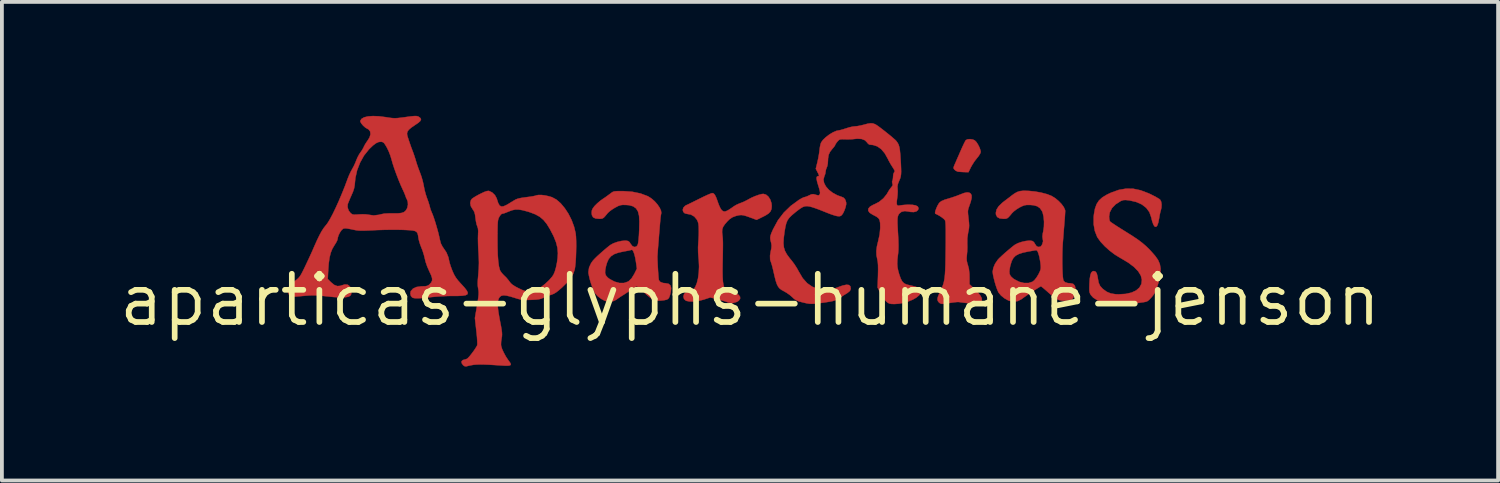
<source format=kicad_pcb>
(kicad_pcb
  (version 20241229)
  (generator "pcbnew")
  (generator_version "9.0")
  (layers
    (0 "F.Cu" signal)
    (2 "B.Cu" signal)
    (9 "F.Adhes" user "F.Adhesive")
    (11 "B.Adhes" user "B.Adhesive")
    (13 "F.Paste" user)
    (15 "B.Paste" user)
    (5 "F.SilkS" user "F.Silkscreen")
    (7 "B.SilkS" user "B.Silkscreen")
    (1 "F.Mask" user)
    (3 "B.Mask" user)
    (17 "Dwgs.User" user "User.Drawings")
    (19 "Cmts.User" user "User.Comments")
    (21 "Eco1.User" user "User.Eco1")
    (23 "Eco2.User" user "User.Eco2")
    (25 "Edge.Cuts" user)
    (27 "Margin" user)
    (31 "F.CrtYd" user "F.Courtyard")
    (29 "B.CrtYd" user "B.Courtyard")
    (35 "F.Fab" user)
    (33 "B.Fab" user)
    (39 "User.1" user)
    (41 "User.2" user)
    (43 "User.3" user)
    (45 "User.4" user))
  (footprint "aparticas-glyphs-humane-jenson"
    (layer "F.Cu")
    (at 16.699 4.849)
    (property "Reference" "aparticas-glyphs-humane-jenson" (at 0 0 0) (layer "F.SilkS") (effects (font (size 1.27 1.27) (thickness 0.15))))
    (attr through_hole)
    (fp_poly (pts (xy 5.867 -4.225) (xy 5.918 -4.202) (xy 5.961 -4.159) (xy 6.005 -4.09) (xy 6.044 -4.011) (xy 6.069 -3.936) (xy 6.075 -3.898) (xy 6.06 -3.855) (xy 6.022 -3.793) (xy 5.979 -3.739) (xy 5.915 -3.658) (xy 5.853 -3.562) (xy 5.817 -3.498) (xy 5.752 -3.365) (xy 5.633 -3.368) (xy 5.558 -3.372) (xy 5.494 -3.377) (xy 5.469 -3.38) (xy 5.419 -3.403) (xy 5.385 -3.431) (xy 5.364 -3.458) (xy 5.359 -3.484) (xy 5.371 -3.524) (xy 5.391 -3.573) (xy 5.417 -3.631) (xy 5.454 -3.717) (xy 5.499 -3.819) (xy 5.545 -3.925) (xy 5.546 -3.926) (xy 5.589 -4.024) (xy 5.629 -4.109) (xy 5.661 -4.173) (xy 5.681 -4.207) (xy 5.683 -4.209) (xy 5.729 -4.231) (xy 5.796 -4.236) (xy 5.867 -4.225)) (stroke (width 0.01) (type solid)) (fill yes) (layer "F.Cu"))
    (fp_poly (pts (xy 5.77 -2.827) (xy 5.811 -2.801) (xy 5.834 -2.757) (xy 5.835 -2.688) (xy 5.813 -2.592) (xy 5.776 -2.484) (xy 5.754 -2.422) (xy 5.741 -2.372) (xy 5.737 -2.321) (xy 5.741 -2.256) (xy 5.751 -2.165) (xy 5.753 -2.144) (xy 5.765 -2.038) (xy 5.769 -1.959) (xy 5.765 -1.891) (xy 5.753 -1.82) (xy 5.745 -1.787) (xy 5.721 -1.624) (xy 5.72 -1.492) (xy 5.722 -1.387) (xy 5.718 -1.271) (xy 5.711 -1.194) (xy 5.703 -1.103) (xy 5.707 -1.032) (xy 5.723 -0.961) (xy 5.736 -0.921) (xy 5.763 -0.816) (xy 5.777 -0.693) (xy 5.779 -0.607) (xy 5.779 -0.416) (xy 5.913 -0.286) (xy 6.011 -0.186) (xy 6.073 -0.104) (xy 6.104 -0.037) (xy 6.104 0.019) (xy 6.099 0.034) (xy 6.062 0.077) (xy 6.022 0.097) (xy 5.977 0.1) (xy 5.899 0.098) (xy 5.796 0.09) (xy 5.678 0.077) (xy 5.552 0.061) (xy 5.503 0.054) (xy 5.457 0.053) (xy 5.384 0.06) (xy 5.298 0.072) (xy 5.281 0.075) (xy 5.172 0.093) (xy 5.097 0.102) (xy 5.046 0.102) (xy 5.01 0.091) (xy 4.982 0.071) (xy 4.974 0.064) (xy 4.945 0.025) (xy 4.935 -0.02) (xy 4.946 -0.079) (xy 4.978 -0.16) (xy 5.006 -0.219) (xy 5.04 -0.293) (xy 5.069 -0.36) (xy 5.092 -0.426) (xy 5.109 -0.496) (xy 5.123 -0.576) (xy 5.133 -0.672) (xy 5.14 -0.787) (xy 5.146 -0.929) (xy 5.149 -1.102) (xy 5.152 -1.311) (xy 5.153 -1.335) (xy 5.155 -1.546) (xy 5.155 -1.718) (xy 5.155 -1.854) (xy 5.152 -1.957) (xy 5.148 -2.03) (xy 5.142 -2.077) (xy 5.136 -2.097) (xy 5.105 -2.133) (xy 5.048 -2.178) (xy 4.978 -2.223) (xy 4.908 -2.26) (xy 4.879 -2.271) (xy 4.872 -2.294) (xy 4.881 -2.343) (xy 4.903 -2.406) (xy 4.932 -2.473) (xy 4.965 -2.532) (xy 4.99 -2.565) (xy 5.042 -2.605) (xy 5.125 -2.64) (xy 5.215 -2.667) (xy 5.319 -2.699) (xy 5.431 -2.737) (xy 5.525 -2.774) (xy 5.528 -2.775) (xy 5.634 -2.816) (xy 5.713 -2.833) (xy 5.77 -2.827)) (stroke (width 0.01) (type solid)) (fill yes) (layer "F.Cu"))
    (fp_poly (pts (xy 10.091 -2.929) (xy 10.285 -2.888) (xy 10.491 -2.81) (xy 10.539 -2.788) (xy 10.631 -2.742) (xy 10.711 -2.698) (xy 10.771 -2.663) (xy 10.798 -2.642) (xy 10.825 -2.591) (xy 10.837 -2.516) (xy 10.833 -2.431) (xy 10.816 -2.359) (xy 10.802 -2.309) (xy 10.786 -2.234) (xy 10.773 -2.155) (xy 10.75 -2.037) (xy 10.723 -1.961) (xy 10.691 -1.926) (xy 10.658 -1.932) (xy 10.624 -1.98) (xy 10.591 -2.068) (xy 10.563 -2.181) (xy 10.516 -2.314) (xy 10.433 -2.426) (xy 10.317 -2.516) (xy 10.167 -2.582) (xy 9.988 -2.623) (xy 9.971 -2.625) (xy 9.889 -2.633) (xy 9.831 -2.63) (xy 9.781 -2.614) (xy 9.757 -2.603) (xy 9.626 -2.519) (xy 9.531 -2.42) (xy 9.473 -2.309) (xy 9.455 -2.202) (xy 9.459 -2.134) (xy 9.472 -2.081) (xy 9.48 -2.067) (xy 9.506 -2.046) (xy 9.562 -2.008) (xy 9.642 -1.955) (xy 9.742 -1.891) (xy 9.856 -1.82) (xy 9.902 -1.791) (xy 10.071 -1.685) (xy 10.211 -1.591) (xy 10.328 -1.503) (xy 10.43 -1.415) (xy 10.527 -1.32) (xy 10.624 -1.212) (xy 10.671 -1.157) (xy 10.744 -1.053) (xy 10.791 -0.945) (xy 10.811 -0.826) (xy 10.806 -0.691) (xy 10.776 -0.532) (xy 10.732 -0.381) (xy 10.696 -0.274) (xy 10.66 -0.195) (xy 10.619 -0.129) (xy 10.568 -0.067) (xy 10.514 -0.009) (xy 10.472 0.026) (xy 10.427 0.046) (xy 10.364 0.058) (xy 10.311 0.065) (xy 10.221 0.078) (xy 10.137 0.092) (xy 10.078 0.105) (xy 9.995 0.119) (xy 9.881 0.124) (xy 9.745 0.121) (xy 9.596 0.11) (xy 9.462 0.093) (xy 9.287 0.057) (xy 9.144 0.005) (xy 9.037 -0.062) (xy 8.978 -0.127) (xy 8.956 -0.164) (xy 8.942 -0.2) (xy 8.935 -0.247) (xy 8.934 -0.313) (xy 8.937 -0.411) (xy 8.937 -0.423) (xy 8.946 -0.559) (xy 8.962 -0.657) (xy 8.985 -0.721) (xy 9.018 -0.754) (xy 9.051 -0.762) (xy 9.096 -0.748) (xy 9.129 -0.703) (xy 9.15 -0.623) (xy 9.159 -0.566) (xy 9.18 -0.454) (xy 9.218 -0.37) (xy 9.282 -0.298) (xy 9.297 -0.285) (xy 9.395 -0.215) (xy 9.499 -0.172) (xy 9.62 -0.152) (xy 9.706 -0.149) (xy 9.89 -0.16) (xy 10.044 -0.194) (xy 10.166 -0.25) (xy 10.254 -0.327) (xy 10.306 -0.422) (xy 10.319 -0.531) (xy 10.291 -0.642) (xy 10.222 -0.755) (xy 10.112 -0.869) (xy 9.961 -0.983) (xy 9.77 -1.097) (xy 9.751 -1.107) (xy 9.612 -1.192) (xy 9.473 -1.296) (xy 9.344 -1.412) (xy 9.234 -1.53) (xy 9.152 -1.642) (xy 9.14 -1.664) (xy 9.08 -1.816) (xy 9.049 -1.991) (xy 9.049 -2.185) (xy 9.056 -2.255) (xy 9.083 -2.403) (xy 9.125 -2.522) (xy 9.188 -2.619) (xy 9.277 -2.701) (xy 9.399 -2.775) (xy 9.514 -2.829) (xy 9.712 -2.899) (xy 9.902 -2.932) (xy 10.091 -2.929)) (stroke (width 0.01) (type solid)) (fill yes) (layer "F.Cu"))
    (fp_poly (pts (xy -0.958 -2.804) (xy -0.925 -2.766) (xy -0.89 -2.696) (xy -0.852 -2.591) (xy -0.848 -2.578) (xy -0.818 -2.498) (xy -0.785 -2.426) (xy -0.759 -2.382) (xy -0.723 -2.346) (xy -0.685 -2.329) (xy -0.637 -2.335) (xy -0.574 -2.365) (xy -0.49 -2.42) (xy -0.427 -2.465) (xy -0.364 -2.503) (xy -0.285 -2.539) (xy -0.25 -2.552) (xy -0.164 -2.586) (xy -0.075 -2.631) (xy -0.045 -2.648) (xy 0.035 -2.691) (xy 0.128 -2.732) (xy 0.222 -2.766) (xy 0.303 -2.788) (xy 0.35 -2.794) (xy 0.421 -2.774) (xy 0.484 -2.721) (xy 0.534 -2.642) (xy 0.565 -2.547) (xy 0.572 -2.476) (xy 0.565 -2.396) (xy 0.54 -2.334) (xy 0.492 -2.281) (xy 0.413 -2.229) (xy 0.343 -2.193) (xy 0.173 -2.11) (xy 0.018 -2.168) (xy -0.088 -2.206) (xy -0.165 -2.229) (xy -0.228 -2.237) (xy -0.286 -2.233) (xy -0.353 -2.218) (xy -0.374 -2.212) (xy -0.464 -2.178) (xy -0.536 -2.13) (xy -0.59 -2.078) (xy -0.663 -1.994) (xy -0.709 -1.925) (xy -0.732 -1.859) (xy -0.735 -1.786) (xy -0.73 -1.726) (xy -0.724 -1.676) (xy -0.719 -1.627) (xy -0.716 -1.573) (xy -0.714 -1.509) (xy -0.714 -1.429) (xy -0.715 -1.326) (xy -0.717 -1.195) (xy -0.72 -1.031) (xy -0.722 -0.942) (xy -0.724 -0.751) (xy -0.721 -0.599) (xy -0.713 -0.48) (xy -0.699 -0.391) (xy -0.678 -0.327) (xy -0.65 -0.284) (xy -0.627 -0.266) (xy -0.581 -0.245) (xy -0.512 -0.223) (xy -0.469 -0.212) (xy -0.369 -0.178) (xy -0.299 -0.134) (xy -0.262 -0.083) (xy -0.261 -0.031) (xy -0.297 0.019) (xy -0.347 0.05) (xy -0.454 0.081) (xy -0.561 0.07) (xy -0.608 0.053) (xy -0.661 0.034) (xy -0.74 0.011) (xy -0.831 -0.014) (xy -0.862 -0.022) (xy -1.048 -0.067) (xy -1.214 -0.012) (xy -1.344 0.022) (xy -1.471 0.039) (xy -1.584 0.04) (xy -1.672 0.024) (xy -1.693 0.015) (xy -1.738 -0.028) (xy -1.754 -0.089) (xy -1.738 -0.151) (xy -1.724 -0.171) (xy -1.678 -0.202) (xy -1.617 -0.223) (xy -1.611 -0.225) (xy -1.548 -0.243) (xy -1.497 -0.27) (xy -1.494 -0.273) (xy -1.443 -0.34) (xy -1.401 -0.441) (xy -1.369 -0.57) (xy -1.349 -0.72) (xy -1.342 -0.882) (xy -1.349 -1.05) (xy -1.355 -1.108) (xy -1.366 -1.249) (xy -1.368 -1.388) (xy -1.363 -1.479) (xy -1.356 -1.58) (xy -1.35 -1.7) (xy -1.348 -1.816) (xy -1.349 -1.835) (xy -1.351 -1.936) (xy -1.359 -2.008) (xy -1.374 -2.063) (xy -1.398 -2.114) (xy -1.398 -2.114) (xy -1.467 -2.197) (xy -1.557 -2.249) (xy -1.646 -2.265) (xy -1.715 -2.28) (xy -1.757 -2.319) (xy -1.771 -2.371) (xy -1.756 -2.428) (xy -1.71 -2.478) (xy -1.674 -2.498) (xy -1.63 -2.518) (xy -1.556 -2.554) (xy -1.463 -2.6) (xy -1.359 -2.652) (xy -1.318 -2.672) (xy -1.215 -2.723) (xy -1.124 -2.765) (xy -1.051 -2.796) (xy -1.004 -2.813) (xy -0.994 -2.815) (xy -0.958 -2.804)) (stroke (width 0.01) (type solid)) (fill yes) (layer "F.Cu"))
    (fp_poly (pts (xy -3.347 -2.867) (xy -3.104 -2.85) (xy -2.885 -2.805) (xy -2.693 -2.733) (xy -2.68 -2.726) (xy -2.594 -2.671) (xy -2.511 -2.599) (xy -2.438 -2.516) (xy -2.381 -2.432) (xy -2.345 -2.355) (xy -2.336 -2.291) (xy -2.339 -2.279) (xy -2.346 -2.239) (xy -2.356 -2.169) (xy -2.365 -2.078) (xy -2.372 -2) (xy -2.381 -1.885) (xy -2.393 -1.746) (xy -2.404 -1.6) (xy -2.415 -1.471) (xy -2.424 -1.36) (xy -2.431 -1.262) (xy -2.436 -1.185) (xy -2.439 -1.139) (xy -2.439 -1.132) (xy -2.437 -1.063) (xy -2.433 -0.972) (xy -2.428 -0.87) (xy -2.422 -0.766) (xy -2.415 -0.669) (xy -2.409 -0.59) (xy -2.403 -0.538) (xy -2.401 -0.524) (xy -2.364 -0.476) (xy -2.293 -0.448) (xy -2.221 -0.441) (xy -2.144 -0.426) (xy -2.096 -0.384) (xy -2.077 -0.314) (xy -2.086 -0.213) (xy -2.106 -0.133) (xy -2.127 -0.072) (xy -2.153 -0.032) (xy -2.193 -0.009) (xy -2.257 0.005) (xy -2.34 0.015) (xy -2.421 0.018) (xy -2.491 0.008) (xy -2.559 -0.018) (xy -2.633 -0.066) (xy -2.721 -0.138) (xy -2.794 -0.203) (xy -2.865 -0.267) (xy -2.925 -0.318) (xy -2.968 -0.351) (xy -2.986 -0.36) (xy -3.013 -0.348) (xy -3.063 -0.318) (xy -3.118 -0.279) (xy -3.201 -0.221) (xy -3.295 -0.159) (xy -3.344 -0.128) (xy -3.417 -0.082) (xy -3.484 -0.036) (xy -3.521 -0.008) (xy -3.59 0.027) (xy -3.681 0.042) (xy -3.775 0.035) (xy -3.826 0.02) (xy -3.921 -0.031) (xy -4.013 -0.103) (xy -4.076 -0.172) (xy -4.111 -0.233) (xy -4.148 -0.323) (xy -4.185 -0.43) (xy -4.218 -0.54) (xy -4.242 -0.642) (xy -4.252 -0.708) (xy -3.816 -0.708) (xy -3.795 -0.646) (xy -3.749 -0.592) (xy -3.696 -0.552) (xy -3.567 -0.483) (xy -3.44 -0.447) (xy -3.321 -0.447) (xy -3.215 -0.483) (xy -3.192 -0.497) (xy -3.118 -0.57) (xy -3.048 -0.684) (xy -3.046 -0.688) (xy -2.978 -0.826) (xy -3.004 -1.007) (xy -3.022 -1.111) (xy -3.044 -1.201) (xy -3.069 -1.271) (xy -3.093 -1.314) (xy -3.113 -1.322) (xy -3.14 -1.314) (xy -3.198 -1.301) (xy -3.277 -1.286) (xy -3.312 -1.28) (xy -3.462 -1.248) (xy -3.575 -1.208) (xy -3.659 -1.153) (xy -3.721 -1.081) (xy -3.765 -0.984) (xy -3.791 -0.897) (xy -3.813 -0.788) (xy -3.816 -0.708) (xy -4.252 -0.708) (xy -4.254 -0.723) (xy -4.255 -0.739) (xy -4.237 -0.857) (xy -4.183 -0.972) (xy -4.135 -1.038) (xy -4.089 -1.088) (xy -4.019 -1.157) (xy -3.932 -1.235) (xy -3.84 -1.316) (xy -3.749 -1.392) (xy -3.682 -1.445) (xy -3.602 -1.49) (xy -3.497 -1.528) (xy -3.386 -1.554) (xy -3.286 -1.563) (xy -3.265 -1.562) (xy -3.209 -1.552) (xy -3.172 -1.523) (xy -3.143 -1.476) (xy -3.098 -1.419) (xy -3.045 -1.395) (xy -2.996 -1.405) (xy -2.961 -1.444) (xy -2.947 -1.492) (xy -2.935 -1.578) (xy -2.925 -1.697) (xy -2.918 -1.845) (xy -2.914 -2.017) (xy -2.913 -2.064) (xy -2.921 -2.214) (xy -2.949 -2.329) (xy -3 -2.411) (xy -3.076 -2.466) (xy -3.181 -2.496) (xy -3.273 -2.503) (xy -3.353 -2.504) (xy -3.413 -2.496) (xy -3.472 -2.475) (xy -3.545 -2.436) (xy -3.559 -2.429) (xy -3.637 -2.38) (xy -3.707 -2.327) (xy -3.754 -2.282) (xy -3.754 -2.281) (xy -3.81 -2.212) (xy -3.85 -2.169) (xy -3.885 -2.147) (xy -3.925 -2.139) (xy -3.975 -2.138) (xy -4.07 -2.147) (xy -4.132 -2.178) (xy -4.163 -2.234) (xy -4.17 -2.295) (xy -4.165 -2.355) (xy -4.144 -2.405) (xy -4.102 -2.463) (xy -4.085 -2.482) (xy -4.02 -2.547) (xy -3.938 -2.616) (xy -3.879 -2.658) (xy -3.801 -2.711) (xy -3.724 -2.767) (xy -3.675 -2.803) (xy -3.639 -2.831) (xy -3.607 -2.849) (xy -3.569 -2.86) (xy -3.516 -2.865) (xy -3.439 -2.867) (xy -3.347 -2.867)) (stroke (width 0.01) (type solid)) (fill yes) (layer "F.Cu"))
    (fp_poly (pts (xy 7.297 -2.874) (xy 7.345 -2.872) (xy 7.504 -2.856) (xy 7.663 -2.828) (xy 7.808 -2.79) (xy 7.926 -2.746) (xy 7.948 -2.735) (xy 8.04 -2.678) (xy 8.128 -2.604) (xy 8.205 -2.523) (xy 8.263 -2.443) (xy 8.295 -2.371) (xy 8.299 -2.345) (xy 8.297 -2.306) (xy 8.293 -2.234) (xy 8.287 -2.141) (xy 8.278 -2.035) (xy 8.278 -2.032) (xy 8.267 -1.897) (xy 8.255 -1.742) (xy 8.243 -1.589) (xy 8.235 -1.492) (xy 8.228 -1.374) (xy 8.224 -1.241) (xy 8.222 -1.101) (xy 8.222 -0.96) (xy 8.225 -0.825) (xy 8.23 -0.706) (xy 8.237 -0.608) (xy 8.246 -0.539) (xy 8.254 -0.509) (xy 8.297 -0.466) (xy 8.372 -0.444) (xy 8.437 -0.44) (xy 8.509 -0.424) (xy 8.553 -0.377) (xy 8.57 -0.302) (xy 8.558 -0.2) (xy 8.533 -0.117) (xy 8.508 -0.054) (xy 8.483 -0.02) (xy 8.445 -0.003) (xy 8.412 0.004) (xy 8.304 0.019) (xy 8.214 0.018) (xy 8.133 -0.000361) (xy 8.051 -0.041) (xy 7.961 -0.107) (xy 7.851 -0.201) (xy 7.849 -0.204) (xy 7.777 -0.267) (xy 7.717 -0.318) (xy 7.676 -0.35) (xy 7.66 -0.36) (xy 7.636 -0.349) (xy 7.585 -0.318) (xy 7.515 -0.274) (xy 7.434 -0.22) (xy 7.348 -0.163) (xy 7.266 -0.107) (xy 7.195 -0.057) (xy 7.147 -0.021) (xy 7.049 0.029) (xy 6.938 0.043) (xy 6.822 0.02) (xy 6.8 0.011) (xy 6.699 -0.045) (xy 6.609 -0.118) (xy 6.545 -0.195) (xy 6.543 -0.198) (xy 6.515 -0.259) (xy 6.482 -0.349) (xy 6.45 -0.453) (xy 6.422 -0.561) (xy 6.4 -0.658) (xy 6.39 -0.732) (xy 6.389 -0.747) (xy 6.393 -0.768) (xy 6.829 -0.768) (xy 6.834 -0.689) (xy 6.864 -0.626) (xy 6.925 -0.569) (xy 6.963 -0.543) (xy 7.087 -0.479) (xy 7.215 -0.447) (xy 7.337 -0.448) (xy 7.442 -0.482) (xy 7.489 -0.522) (xy 7.543 -0.59) (xy 7.595 -0.675) (xy 7.632 -0.751) (xy 7.649 -0.799) (xy 7.657 -0.845) (xy 7.655 -0.902) (xy 7.646 -0.985) (xy 7.641 -1.016) (xy 7.621 -1.129) (xy 7.596 -1.22) (xy 7.571 -1.283) (xy 7.545 -1.311) (xy 7.54 -1.312) (xy 7.514 -1.309) (xy 7.456 -1.299) (xy 7.377 -1.285) (xy 7.335 -1.278) (xy 7.188 -1.247) (xy 7.076 -1.211) (xy 6.994 -1.166) (xy 6.935 -1.106) (xy 6.891 -1.026) (xy 6.858 -0.92) (xy 6.847 -0.875) (xy 6.829 -0.768) (xy 6.393 -0.768) (xy 6.407 -0.846) (xy 6.453 -0.954) (xy 6.522 -1.056) (xy 6.56 -1.098) (xy 6.628 -1.162) (xy 6.712 -1.238) (xy 6.803 -1.316) (xy 6.889 -1.388) (xy 6.959 -1.443) (xy 6.978 -1.456) (xy 7.053 -1.495) (xy 7.153 -1.529) (xy 7.26 -1.553) (xy 7.355 -1.563) (xy 7.382 -1.562) (xy 7.438 -1.552) (xy 7.475 -1.523) (xy 7.504 -1.476) (xy 7.539 -1.423) (xy 7.577 -1.4) (xy 7.605 -1.397) (xy 7.649 -1.405) (xy 7.679 -1.437) (xy 7.696 -1.473) (xy 7.717 -1.546) (xy 7.708 -1.608) (xy 7.7 -1.668) (xy 7.709 -1.753) (xy 7.72 -1.801) (xy 7.739 -1.927) (xy 7.742 -2.061) (xy 7.731 -2.189) (xy 7.706 -2.298) (xy 7.688 -2.341) (xy 7.634 -2.418) (xy 7.563 -2.468) (xy 7.466 -2.495) (xy 7.372 -2.503) (xy 7.288 -2.503) (xy 7.224 -2.493) (xy 7.159 -2.468) (xy 7.095 -2.435) (xy 7.017 -2.387) (xy 6.945 -2.332) (xy 6.9 -2.288) (xy 6.842 -2.218) (xy 6.801 -2.174) (xy 6.768 -2.15) (xy 6.733 -2.14) (xy 6.688 -2.138) (xy 6.67 -2.138) (xy 6.573 -2.149) (xy 6.509 -2.185) (xy 6.477 -2.246) (xy 6.473 -2.293) (xy 6.491 -2.379) (xy 6.547 -2.467) (xy 6.643 -2.56) (xy 6.683 -2.592) (xy 6.76 -2.65) (xy 6.843 -2.713) (xy 6.879 -2.742) (xy 6.963 -2.803) (xy 7.034 -2.843) (xy 7.105 -2.866) (xy 7.188 -2.875) (xy 7.297 -2.874)) (stroke (width 0.01) (type solid)) (fill yes) (layer "F.Cu"))
    (fp_poly (pts (xy -6.872 -2.871) (xy -6.789 -2.831) (xy -6.717 -2.761) (xy -6.67 -2.675) (xy -6.666 -2.66) (xy -6.632 -2.555) (xy -6.595 -2.489) (xy -6.549 -2.461) (xy -6.488 -2.467) (xy -6.405 -2.505) (xy -6.359 -2.532) (xy -6.285 -2.578) (xy -6.215 -2.62) (xy -6.17 -2.646) (xy -6.115 -2.667) (xy -6.028 -2.687) (xy -5.918 -2.703) (xy -5.888 -2.707) (xy -5.792 -2.719) (xy -5.708 -2.733) (xy -5.648 -2.746) (xy -5.627 -2.754) (xy -5.574 -2.765) (xy -5.493 -2.765) (xy -5.397 -2.753) (xy -5.296 -2.731) (xy -5.214 -2.706) (xy -5.099 -2.644) (xy -4.986 -2.546) (xy -4.879 -2.418) (xy -4.781 -2.269) (xy -4.698 -2.104) (xy -4.633 -1.929) (xy -4.592 -1.757) (xy -4.583 -1.669) (xy -4.578 -1.55) (xy -4.577 -1.411) (xy -4.58 -1.262) (xy -4.585 -1.115) (xy -4.594 -0.98) (xy -4.606 -0.867) (xy -4.616 -0.805) (xy -4.654 -0.692) (xy -4.723 -0.576) (xy -4.825 -0.453) (xy -4.949 -0.331) (xy -5.038 -0.253) (xy -5.108 -0.199) (xy -5.169 -0.163) (xy -5.232 -0.139) (xy -5.245 -0.135) (xy -5.33 -0.107) (xy -5.413 -0.073) (xy -5.45 -0.055) (xy -5.499 -0.034) (xy -5.556 -0.02) (xy -5.632 -0.01) (xy -5.737 -0.005) (xy -5.773 -0.003) (xy -5.886 -0.001) (xy -5.97 -0.004) (xy -6.041 -0.013) (xy -6.111 -0.03) (xy -6.175 -0.05) (xy -6.312 -0.092) (xy -6.416 -0.116) (xy -6.492 -0.123) (xy -6.548 -0.111) (xy -6.588 -0.082) (xy -6.615 -0.042) (xy -6.634 0.012) (xy -6.644 0.083) (xy -6.642 0.175) (xy -6.629 0.293) (xy -6.604 0.444) (xy -6.582 0.562) (xy -6.557 0.69) (xy -6.541 0.785) (xy -6.532 0.856) (xy -6.53 0.912) (xy -6.533 0.962) (xy -6.542 1.013) (xy -6.542 1.016) (xy -6.554 1.097) (xy -6.557 1.173) (xy -6.553 1.211) (xy -6.529 1.29) (xy -6.484 1.388) (xy -6.428 1.491) (xy -6.367 1.583) (xy -6.348 1.608) (xy -6.309 1.663) (xy -6.298 1.699) (xy -6.318 1.721) (xy -6.373 1.73) (xy -6.464 1.729) (xy -6.509 1.726) (xy -6.707 1.714) (xy -6.868 1.704) (xy -7 1.699) (xy -7.107 1.697) (xy -7.196 1.7) (xy -7.273 1.706) (xy -7.344 1.718) (xy -7.414 1.733) (xy -7.476 1.749) (xy -7.516 1.743) (xy -7.555 1.716) (xy -7.593 1.661) (xy -7.595 1.614) (xy -7.561 1.582) (xy -7.541 1.576) (xy -7.485 1.561) (xy -7.451 1.548) (xy -7.419 1.52) (xy -7.373 1.468) (xy -7.319 1.399) (xy -7.265 1.326) (xy -7.22 1.258) (xy -7.189 1.205) (xy -7.182 1.187) (xy -7.18 1.149) (xy -7.183 1.077) (xy -7.189 0.98) (xy -7.2 0.868) (xy -7.207 0.806) (xy -7.244 0.476) (xy -7.188 0.149) (xy -7.167 0.019) (xy -7.153 -0.078) (xy -7.146 -0.151) (xy -7.145 -0.208) (xy -7.15 -0.258) (xy -7.157 -0.296) (xy -7.167 -0.363) (xy -7.17 -0.44) (xy -7.166 -0.538) (xy -7.155 -0.665) (xy -7.154 -0.679) (xy -7.142 -0.832) (xy -7.138 -0.977) (xy -7.142 -1.131) (xy -7.149 -1.25) (xy -7.157 -1.376) (xy -7.161 -1.503) (xy -7.163 -1.618) (xy -7.162 -1.664) (xy -6.65 -1.664) (xy -6.649 -1.408) (xy -6.643 -1.194) (xy -6.63 -1.02) (xy -6.612 -0.888) (xy -6.588 -0.796) (xy -6.577 -0.769) (xy -6.537 -0.711) (xy -6.483 -0.653) (xy -6.471 -0.642) (xy -6.415 -0.587) (xy -6.357 -0.517) (xy -6.338 -0.49) (xy -6.298 -0.44) (xy -6.248 -0.396) (xy -6.177 -0.352) (xy -6.087 -0.305) (xy -5.97 -0.252) (xy -5.877 -0.222) (xy -5.796 -0.215) (xy -5.716 -0.23) (xy -5.626 -0.267) (xy -5.605 -0.277) (xy -5.501 -0.341) (xy -5.393 -0.425) (xy -5.292 -0.52) (xy -5.21 -0.614) (xy -5.175 -0.667) (xy -5.141 -0.745) (xy -5.11 -0.852) (xy -5.084 -0.977) (xy -5.066 -1.106) (xy -5.059 -1.226) (xy -5.059 -1.238) (xy -5.071 -1.376) (xy -5.108 -1.521) (xy -5.172 -1.681) (xy -5.266 -1.862) (xy -5.268 -1.865) (xy -5.352 -2.002) (xy -5.438 -2.108) (xy -5.535 -2.19) (xy -5.651 -2.255) (xy -5.795 -2.31) (xy -5.87 -2.333) (xy -5.997 -2.366) (xy -6.098 -2.382) (xy -6.185 -2.381) (xy -6.271 -2.362) (xy -6.37 -2.324) (xy -6.383 -2.318) (xy -6.451 -2.291) (xy -6.504 -2.274) (xy -6.528 -2.272) (xy -6.551 -2.259) (xy -6.583 -2.22) (xy -6.599 -2.195) (xy -6.615 -2.165) (xy -6.627 -2.134) (xy -6.636 -2.095) (xy -6.642 -2.043) (xy -6.646 -1.97) (xy -6.648 -1.871) (xy -6.65 -1.74) (xy -6.65 -1.664) (xy -7.162 -1.664) (xy -7.161 -1.705) (xy -7.16 -1.716) (xy -7.157 -1.817) (xy -7.164 -1.887) (xy -7.181 -1.938) (xy -7.199 -1.99) (xy -7.216 -2.068) (xy -7.228 -2.155) (xy -7.229 -2.159) (xy -7.241 -2.25) (xy -7.258 -2.314) (xy -7.285 -2.365) (xy -7.305 -2.391) (xy -7.352 -2.472) (xy -7.367 -2.554) (xy -7.349 -2.628) (xy -7.321 -2.665) (xy -7.282 -2.693) (xy -7.217 -2.733) (xy -7.137 -2.777) (xy -7.101 -2.795) (xy -7.003 -2.842) (xy -6.933 -2.867) (xy -6.885 -2.873) (xy -6.872 -2.871)) (stroke (width 0.01) (type solid)) (fill yes) (layer "F.Cu"))
    (fp_poly (pts (xy -8.77 -4.841) (xy -8.741 -4.833) (xy -8.724 -4.824) (xy -8.677 -4.789) (xy -8.663 -4.753) (xy -8.684 -4.711) (xy -8.741 -4.661) (xy -8.815 -4.611) (xy -8.917 -4.541) (xy -8.985 -4.483) (xy -9.022 -4.43) (xy -9.032 -4.376) (xy -9.023 -4.321) (xy -8.979 -4.186) (xy -8.923 -4.024) (xy -8.874 -3.895) (xy -8.842 -3.804) (xy -8.811 -3.709) (xy -8.793 -3.647) (xy -8.771 -3.576) (xy -8.739 -3.483) (xy -8.702 -3.384) (xy -8.689 -3.351) (xy -8.651 -3.245) (xy -8.618 -3.13) (xy -8.595 -3.028) (xy -8.591 -3.006) (xy -8.571 -2.902) (xy -8.54 -2.785) (xy -8.508 -2.688) (xy -8.476 -2.602) (xy -8.45 -2.521) (xy -8.433 -2.461) (xy -8.432 -2.455) (xy -8.413 -2.385) (xy -8.383 -2.311) (xy -8.38 -2.304) (xy -8.353 -2.24) (xy -8.32 -2.146) (xy -8.283 -2.032) (xy -8.247 -1.908) (xy -8.213 -1.786) (xy -8.186 -1.676) (xy -8.171 -1.603) (xy -8.14 -1.486) (xy -8.094 -1.398) (xy -8.081 -1.381) (xy -7.995 -1.253) (xy -7.943 -1.126) (xy -7.926 -1.047) (xy -7.91 -0.978) (xy -7.882 -0.887) (xy -7.846 -0.791) (xy -7.836 -0.764) (xy -7.794 -0.672) (xy -7.749 -0.594) (xy -7.692 -0.518) (xy -7.614 -0.43) (xy -7.595 -0.41) (xy -7.511 -0.317) (xy -7.456 -0.244) (xy -7.432 -0.19) (xy -7.441 -0.152) (xy -7.486 -0.127) (xy -7.567 -0.113) (xy -7.688 -0.107) (xy -7.815 -0.107) (xy -7.957 -0.105) (xy -8.116 -0.098) (xy -8.27 -0.088) (xy -8.392 -0.076) (xy -8.559 -0.057) (xy -8.689 -0.047) (xy -8.784 -0.044) (xy -8.851 -0.05) (xy -8.893 -0.064) (xy -8.893 -0.064) (xy -8.929 -0.106) (xy -8.944 -0.168) (xy -8.934 -0.229) (xy -8.931 -0.234) (xy -8.873 -0.3) (xy -8.781 -0.342) (xy -8.658 -0.359) (xy -8.634 -0.36) (xy -8.552 -0.362) (xy -8.499 -0.372) (xy -8.46 -0.393) (xy -8.439 -0.411) (xy -8.393 -0.462) (xy -8.37 -0.515) (xy -8.372 -0.577) (xy -8.398 -0.656) (xy -8.443 -0.751) (xy -8.498 -0.876) (xy -8.542 -1.003) (xy -8.561 -1.083) (xy -8.587 -1.187) (xy -8.622 -1.299) (xy -8.654 -1.38) (xy -8.689 -1.472) (xy -8.718 -1.57) (xy -8.732 -1.641) (xy -8.742 -1.708) (xy -8.756 -1.757) (xy -8.78 -1.792) (xy -8.821 -1.816) (xy -8.884 -1.83) (xy -8.975 -1.839) (xy -9.1 -1.845) (xy -9.157 -1.847) (xy -9.296 -1.85) (xy -9.462 -1.85) (xy -9.638 -1.847) (xy -9.807 -1.842) (xy -9.895 -1.838) (xy -10.04 -1.831) (xy -10.151 -1.827) (xy -10.237 -1.826) (xy -10.306 -1.829) (xy -10.368 -1.836) (xy -10.431 -1.848) (xy -10.481 -1.859) (xy -10.579 -1.878) (xy -10.645 -1.887) (xy -10.69 -1.884) (xy -10.714 -1.876) (xy -10.756 -1.839) (xy -10.799 -1.777) (xy -10.835 -1.704) (xy -10.856 -1.636) (xy -10.858 -1.613) (xy -10.87 -1.57) (xy -10.901 -1.508) (xy -10.942 -1.443) (xy -10.999 -1.347) (xy -11.042 -1.239) (xy -11.073 -1.112) (xy -11.094 -0.958) (xy -11.106 -0.8) (xy -11.119 -0.552) (xy -11.035 -0.468) (xy -10.949 -0.397) (xy -10.868 -0.366) (xy -10.788 -0.372) (xy -10.765 -0.381) (xy -10.668 -0.409) (xy -10.593 -0.402) (xy -10.538 -0.359) (xy -10.536 -0.357) (xy -10.504 -0.291) (xy -10.493 -0.215) (xy -10.504 -0.147) (xy -10.526 -0.112) (xy -10.576 -0.085) (xy -10.664 -0.071) (xy -10.79 -0.068) (xy -10.955 -0.077) (xy -11.143 -0.096) (xy -11.281 -0.111) (xy -11.391 -0.12) (xy -11.488 -0.123) (xy -11.584 -0.121) (xy -11.695 -0.113) (xy -11.739 -0.109) (xy -11.845 -0.1) (xy -11.938 -0.092) (xy -12.008 -0.087) (xy -12.047 -0.085) (xy -12.049 -0.085) (xy -12.101 -0.103) (xy -12.145 -0.15) (xy -12.169 -0.211) (xy -12.171 -0.232) (xy -12.162 -0.302) (xy -12.133 -0.364) (xy -12.077 -0.426) (xy -11.989 -0.496) (xy -11.934 -0.538) (xy -11.892 -0.576) (xy -11.856 -0.618) (xy -11.821 -0.672) (xy -11.781 -0.748) (xy -11.729 -0.853) (xy -11.724 -0.864) (xy -11.662 -0.995) (xy -11.592 -1.145) (xy -11.524 -1.295) (xy -11.475 -1.408) (xy -11.402 -1.572) (xy -11.338 -1.703) (xy -11.282 -1.807) (xy -11.228 -1.891) (xy -11.173 -1.962) (xy -11.162 -1.973) (xy -11.112 -2.042) (xy -11.051 -2.145) (xy -10.981 -2.278) (xy -10.906 -2.434) (xy -10.903 -2.44) (xy -10.598 -2.44) (xy -10.568 -2.354) (xy -10.525 -2.297) (xy -10.494 -2.269) (xy -10.465 -2.253) (xy -10.424 -2.247) (xy -10.361 -2.249) (xy -10.298 -2.253) (xy -10.207 -2.257) (xy -10.122 -2.255) (xy -10.06 -2.247) (xy -10.054 -2.246) (xy -9.911 -2.226) (xy -9.769 -2.243) (xy -9.727 -2.255) (xy -9.632 -2.274) (xy -9.503 -2.281) (xy -9.398 -2.281) (xy -9.272 -2.281) (xy -9.18 -2.291) (xy -9.114 -2.313) (xy -9.068 -2.351) (xy -9.033 -2.407) (xy -9.025 -2.427) (xy -9.007 -2.506) (xy -9.011 -2.587) (xy -9.035 -2.653) (xy -9.038 -2.656) (xy -9.056 -2.692) (xy -9.069 -2.731) (xy -9.086 -2.777) (xy -9.115 -2.846) (xy -9.145 -2.91) (xy -9.2 -3.031) (xy -9.258 -3.172) (xy -9.316 -3.323) (xy -9.369 -3.47) (xy -9.412 -3.602) (xy -9.438 -3.696) (xy -9.47 -3.803) (xy -9.515 -3.918) (xy -9.56 -4.011) (xy -9.604 -4.086) (xy -9.636 -4.132) (xy -9.666 -4.155) (xy -9.701 -4.165) (xy -9.711 -4.166) (xy -9.776 -4.161) (xy -9.846 -4.13) (xy -9.927 -4.07) (xy -10.023 -3.978) (xy -10.037 -3.963) (xy -10.163 -3.805) (xy -10.267 -3.619) (xy -10.345 -3.419) (xy -10.391 -3.215) (xy -10.4 -3.127) (xy -10.41 -3.024) (xy -10.426 -2.938) (xy -10.454 -2.852) (xy -10.495 -2.757) (xy -10.533 -2.671) (xy -10.565 -2.594) (xy -10.587 -2.539) (xy -10.593 -2.524) (xy -10.598 -2.44) (xy -10.903 -2.44) (xy -10.827 -2.609) (xy -10.747 -2.798) (xy -10.668 -2.994) (xy -10.594 -3.193) (xy -10.593 -3.196) (xy -10.556 -3.288) (xy -10.513 -3.379) (xy -10.477 -3.445) (xy -10.434 -3.524) (xy -10.391 -3.617) (xy -10.37 -3.672) (xy -10.335 -3.755) (xy -10.292 -3.835) (xy -10.264 -3.876) (xy -10.217 -3.944) (xy -10.176 -4.016) (xy -10.169 -4.034) (xy -10.133 -4.103) (xy -10.086 -4.174) (xy -10.075 -4.189) (xy -10.018 -4.28) (xy -9.993 -4.365) (xy -10.002 -4.437) (xy -10.043 -4.491) (xy -10.075 -4.508) (xy -10.13 -4.541) (xy -10.185 -4.59) (xy -10.231 -4.644) (xy -10.259 -4.692) (xy -10.262 -4.715) (xy -10.23 -4.769) (xy -10.162 -4.809) (xy -10.06 -4.834) (xy -9.929 -4.843) (xy -9.771 -4.837) (xy -9.597 -4.815) (xy -9.499 -4.799) (xy -9.424 -4.79) (xy -9.358 -4.786) (xy -9.289 -4.789) (xy -9.205 -4.798) (xy -9.094 -4.812) (xy -9.069 -4.816) (xy -8.952 -4.832) (xy -8.868 -4.841) (xy -8.81 -4.844) (xy -8.77 -4.841)) (stroke (width 0.01) (type solid)) (fill yes) (layer "F.Cu"))
    (fp_poly (pts (xy 3.236 -4.649) (xy 3.291 -4.629) (xy 3.327 -4.609) (xy 3.374 -4.577) (xy 3.442 -4.527) (xy 3.523 -4.464) (xy 3.61 -4.395) (xy 3.694 -4.327) (xy 3.767 -4.265) (xy 3.822 -4.217) (xy 3.847 -4.192) (xy 3.885 -4.141) (xy 3.913 -4.088) (xy 3.932 -4.024) (xy 3.946 -3.94) (xy 3.957 -3.828) (xy 3.963 -3.736) (xy 3.972 -3.584) (xy 3.977 -3.467) (xy 3.979 -3.378) (xy 3.976 -3.311) (xy 3.969 -3.258) (xy 3.958 -3.213) (xy 3.94 -3.169) (xy 3.927 -3.138) (xy 3.894 -3.056) (xy 3.882 -2.99) (xy 3.885 -2.93) (xy 3.889 -2.862) (xy 3.885 -2.773) (xy 3.876 -2.692) (xy 3.863 -2.592) (xy 3.863 -2.526) (xy 3.878 -2.492) (xy 3.909 -2.483) (xy 3.935 -2.487) (xy 3.984 -2.495) (xy 4.059 -2.503) (xy 4.138 -2.508) (xy 4.267 -2.507) (xy 4.361 -2.491) (xy 4.418 -2.46) (xy 4.437 -2.416) (xy 4.424 -2.371) (xy 4.381 -2.333) (xy 4.311 -2.315) (xy 4.224 -2.319) (xy 4.18 -2.328) (xy 4.076 -2.342) (xy 3.989 -2.322) (xy 3.925 -2.27) (xy 3.902 -2.229) (xy 3.892 -2.197) (xy 3.885 -2.157) (xy 3.882 -2.102) (xy 3.882 -2.026) (xy 3.887 -1.922) (xy 3.894 -1.783) (xy 3.896 -1.76) (xy 3.905 -1.582) (xy 3.909 -1.439) (xy 3.907 -1.323) (xy 3.9 -1.229) (xy 3.896 -1.199) (xy 3.88 -1.064) (xy 3.876 -0.956) (xy 3.883 -0.86) (xy 3.903 -0.763) (xy 3.928 -0.676) (xy 3.967 -0.566) (xy 4.006 -0.491) (xy 4.054 -0.441) (xy 4.118 -0.409) (xy 4.208 -0.387) (xy 4.221 -0.384) (xy 4.343 -0.356) (xy 4.428 -0.324) (xy 4.479 -0.283) (xy 4.5 -0.242) (xy 4.494 -0.184) (xy 4.452 -0.124) (xy 4.381 -0.065) (xy 4.286 -0.01) (xy 4.173 0.037) (xy 4.049 0.074) (xy 3.92 0.098) (xy 3.805 0.106) (xy 3.726 0.104) (xy 3.673 0.095) (xy 3.631 0.074) (xy 3.587 0.039) (xy 3.539 -0.014) (xy 3.486 -0.09) (xy 3.438 -0.173) (xy 3.435 -0.178) (xy 3.36 -0.327) (xy 3.37 -0.644) (xy 3.373 -0.799) (xy 3.371 -0.919) (xy 3.364 -1.008) (xy 3.352 -1.068) (xy 3.33 -1.18) (xy 3.327 -1.291) (xy 3.342 -1.414) (xy 3.376 -1.556) (xy 3.414 -1.729) (xy 3.429 -1.896) (xy 3.429 -1.928) (xy 3.426 -2.03) (xy 3.413 -2.102) (xy 3.382 -2.154) (xy 3.327 -2.196) (xy 3.241 -2.241) (xy 3.228 -2.247) (xy 3.15 -2.297) (xy 3.113 -2.35) (xy 3.116 -2.405) (xy 3.16 -2.458) (xy 3.244 -2.506) (xy 3.275 -2.519) (xy 3.399 -2.583) (xy 3.512 -2.676) (xy 3.6 -2.785) (xy 3.624 -2.826) (xy 3.664 -2.894) (xy 3.709 -2.955) (xy 3.719 -2.966) (xy 3.753 -3.011) (xy 3.757 -3.046) (xy 3.75 -3.063) (xy 3.74 -3.114) (xy 3.748 -3.134) (xy 3.76 -3.174) (xy 3.767 -3.235) (xy 3.767 -3.252) (xy 3.774 -3.314) (xy 3.792 -3.358) (xy 3.797 -3.364) (xy 3.81 -3.383) (xy 3.805 -3.412) (xy 3.778 -3.46) (xy 3.753 -3.499) (xy 3.702 -3.58) (xy 3.653 -3.668) (xy 3.63 -3.715) (xy 3.549 -3.86) (xy 3.455 -3.972) (xy 3.35 -4.046) (xy 3.238 -4.082) (xy 3.194 -4.085) (xy 3.136 -4.094) (xy 3.097 -4.128) (xy 3.083 -4.148) (xy 3.026 -4.206) (xy 2.938 -4.24) (xy 2.827 -4.247) (xy 2.765 -4.241) (xy 2.685 -4.233) (xy 2.586 -4.23) (xy 2.507 -4.231) (xy 2.427 -4.233) (xy 2.378 -4.229) (xy 2.345 -4.216) (xy 2.316 -4.188) (xy 2.3 -4.17) (xy 2.265 -4.124) (xy 2.245 -4.09) (xy 2.244 -4.084) (xy 2.231 -4.058) (xy 2.197 -4.014) (xy 2.17 -3.983) (xy 2.107 -3.902) (xy 2.07 -3.823) (xy 2.055 -3.728) (xy 2.052 -3.666) (xy 2.047 -3.589) (xy 2.033 -3.521) (xy 2.021 -3.493) (xy 1.998 -3.43) (xy 1.99 -3.38) (xy 1.98 -3.319) (xy 1.956 -3.256) (xy 1.934 -3.171) (xy 1.95 -3.081) (xy 1.998 -2.989) (xy 2.075 -2.901) (xy 2.177 -2.822) (xy 2.299 -2.756) (xy 2.401 -2.72) (xy 2.463 -2.694) (xy 2.5 -2.654) (xy 2.516 -2.619) (xy 2.531 -2.568) (xy 2.532 -2.519) (xy 2.518 -2.455) (xy 2.511 -2.429) (xy 2.483 -2.352) (xy 2.45 -2.283) (xy 2.431 -2.255) (xy 2.397 -2.218) (xy 2.36 -2.205) (xy 2.303 -2.208) (xy 2.294 -2.209) (xy 2.24 -2.222) (xy 2.158 -2.248) (xy 2.059 -2.285) (xy 1.954 -2.327) (xy 1.948 -2.329) (xy 1.839 -2.373) (xy 1.733 -2.412) (xy 1.641 -2.443) (xy 1.576 -2.461) (xy 1.575 -2.461) (xy 1.508 -2.471) (xy 1.45 -2.469) (xy 1.391 -2.449) (xy 1.324 -2.409) (xy 1.239 -2.346) (xy 1.193 -2.309) (xy 1.101 -2.232) (xy 1.035 -2.167) (xy 0.988 -2.102) (xy 0.956 -2.027) (xy 0.932 -1.933) (xy 0.911 -1.809) (xy 0.907 -1.785) (xy 0.887 -1.625) (xy 0.88 -1.497) (xy 0.89 -1.39) (xy 0.919 -1.294) (xy 0.97 -1.201) (xy 1.044 -1.1) (xy 1.094 -1.04) (xy 1.162 -0.95) (xy 1.231 -0.844) (xy 1.286 -0.744) (xy 1.287 -0.743) (xy 1.387 -0.574) (xy 1.504 -0.443) (xy 1.639 -0.349) (xy 1.795 -0.292) (xy 1.973 -0.269) (xy 1.99 -0.269) (xy 2.083 -0.271) (xy 2.162 -0.283) (xy 2.245 -0.308) (xy 2.314 -0.335) (xy 2.442 -0.381) (xy 2.538 -0.401) (xy 2.603 -0.395) (xy 2.64 -0.363) (xy 2.643 -0.355) (xy 2.653 -0.293) (xy 2.63 -0.239) (xy 2.569 -0.188) (xy 2.544 -0.172) (xy 2.47 -0.127) (xy 2.386 -0.074) (xy 2.341 -0.045) (xy 2.291 -0.014) (xy 2.241 0.009) (xy 2.182 0.027) (xy 2.104 0.043) (xy 1.997 0.06) (xy 1.958 0.066) (xy 1.822 0.085) (xy 1.717 0.096) (xy 1.634 0.101) (xy 1.562 0.098) (xy 1.491 0.087) (xy 1.411 0.069) (xy 1.367 0.058) (xy 1.275 0.032) (xy 1.21 0.004) (xy 1.158 -0.032) (xy 1.113 -0.075) (xy 1.046 -0.133) (xy 0.961 -0.192) (xy 0.893 -0.231) (xy 0.829 -0.266) (xy 0.78 -0.303) (xy 0.741 -0.35) (xy 0.709 -0.412) (xy 0.68 -0.497) (xy 0.65 -0.612) (xy 0.626 -0.716) (xy 0.604 -0.813) (xy 0.583 -0.895) (xy 0.567 -0.953) (xy 0.558 -0.978) (xy 0.53 -1.06) (xy 0.527 -1.169) (xy 0.546 -1.283) (xy 0.564 -1.37) (xy 0.568 -1.434) (xy 0.559 -1.495) (xy 0.554 -1.515) (xy 0.538 -1.583) (xy 0.532 -1.638) (xy 0.54 -1.692) (xy 0.561 -1.757) (xy 0.6 -1.845) (xy 0.612 -1.871) (xy 0.736 -2.099) (xy 0.889 -2.3) (xy 1.073 -2.478) (xy 1.292 -2.638) (xy 1.301 -2.643) (xy 1.363 -2.679) (xy 1.415 -2.703) (xy 1.438 -2.709) (xy 1.477 -2.719) (xy 1.533 -2.743) (xy 1.555 -2.754) (xy 1.615 -2.781) (xy 1.663 -2.787) (xy 1.716 -2.775) (xy 1.775 -2.758) (xy 1.808 -2.755) (xy 1.825 -2.766) (xy 1.839 -2.789) (xy 1.845 -2.825) (xy 1.835 -2.886) (xy 1.809 -2.978) (xy 1.798 -3.012) (xy 1.766 -3.12) (xy 1.752 -3.194) (xy 1.756 -3.239) (xy 1.778 -3.258) (xy 1.791 -3.26) (xy 1.812 -3.263) (xy 1.817 -3.277) (xy 1.805 -3.312) (xy 1.776 -3.369) (xy 1.732 -3.455) (xy 1.774 -3.627) (xy 1.797 -3.732) (xy 1.817 -3.845) (xy 1.83 -3.942) (xy 1.83 -3.945) (xy 1.841 -4.029) (xy 1.857 -4.103) (xy 1.873 -4.148) (xy 1.922 -4.216) (xy 1.998 -4.288) (xy 2.089 -4.357) (xy 2.184 -4.414) (xy 2.273 -4.453) (xy 2.339 -4.466) (xy 2.379 -4.474) (xy 2.445 -4.492) (xy 2.523 -4.517) (xy 2.529 -4.519) (xy 2.616 -4.546) (xy 2.7 -4.565) (xy 2.762 -4.572) (xy 2.827 -4.578) (xy 2.912 -4.594) (xy 2.995 -4.614) (xy 3.099 -4.642) (xy 3.176 -4.653) (xy 3.236 -4.649)) (stroke (width 0.01) (type solid)) (fill yes) (layer "F.Cu"))
    (fp_poly (pts (xy 5.867 -4.225) (xy 5.918 -4.202) (xy 5.961 -4.159) (xy 6.005 -4.09) (xy 6.044 -4.011) (xy 6.069 -3.936) (xy 6.075 -3.898) (xy 6.06 -3.855) (xy 6.022 -3.793) (xy 5.979 -3.739) (xy 5.915 -3.658) (xy 5.853 -3.562) (xy 5.817 -3.498) (xy 5.752 -3.365) (xy 5.633 -3.368) (xy 5.558 -3.372) (xy 5.494 -3.377) (xy 5.469 -3.38) (xy 5.419 -3.403) (xy 5.385 -3.431) (xy 5.364 -3.458) (xy 5.359 -3.484) (xy 5.371 -3.524) (xy 5.391 -3.573) (xy 5.417 -3.631) (xy 5.454 -3.717) (xy 5.499 -3.819) (xy 5.545 -3.925) (xy 5.546 -3.926) (xy 5.589 -4.024) (xy 5.629 -4.109) (xy 5.661 -4.173) (xy 5.681 -4.207) (xy 5.683 -4.209) (xy 5.729 -4.231) (xy 5.796 -4.236) (xy 5.867 -4.225)) (stroke (width 0.01) (type solid)) (fill yes) (layer "F.Mask"))
    (fp_poly (pts (xy 5.77 -2.827) (xy 5.811 -2.801) (xy 5.834 -2.757) (xy 5.835 -2.688) (xy 5.813 -2.592) (xy 5.776 -2.484) (xy 5.754 -2.422) (xy 5.741 -2.372) (xy 5.737 -2.321) (xy 5.741 -2.256) (xy 5.751 -2.165) (xy 5.753 -2.144) (xy 5.765 -2.038) (xy 5.769 -1.959) (xy 5.765 -1.891) (xy 5.753 -1.82) (xy 5.745 -1.787) (xy 5.721 -1.624) (xy 5.72 -1.492) (xy 5.722 -1.387) (xy 5.718 -1.271) (xy 5.711 -1.194) (xy 5.703 -1.103) (xy 5.707 -1.032) (xy 5.723 -0.961) (xy 5.736 -0.921) (xy 5.763 -0.816) (xy 5.777 -0.693) (xy 5.779 -0.607) (xy 5.779 -0.416) (xy 5.913 -0.286) (xy 6.011 -0.186) (xy 6.073 -0.104) (xy 6.104 -0.037) (xy 6.104 0.019) (xy 6.099 0.034) (xy 6.062 0.077) (xy 6.022 0.097) (xy 5.977 0.1) (xy 5.899 0.098) (xy 5.796 0.09) (xy 5.678 0.077) (xy 5.552 0.061) (xy 5.503 0.054) (xy 5.457 0.053) (xy 5.384 0.06) (xy 5.298 0.072) (xy 5.281 0.075) (xy 5.172 0.093) (xy 5.097 0.102) (xy 5.046 0.102) (xy 5.01 0.091) (xy 4.982 0.071) (xy 4.974 0.064) (xy 4.945 0.025) (xy 4.935 -0.02) (xy 4.946 -0.079) (xy 4.978 -0.16) (xy 5.006 -0.219) (xy 5.04 -0.293) (xy 5.069 -0.36) (xy 5.092 -0.426) (xy 5.109 -0.496) (xy 5.123 -0.576) (xy 5.133 -0.672) (xy 5.14 -0.787) (xy 5.146 -0.929) (xy 5.149 -1.102) (xy 5.152 -1.311) (xy 5.153 -1.335) (xy 5.155 -1.546) (xy 5.155 -1.718) (xy 5.155 -1.854) (xy 5.152 -1.957) (xy 5.148 -2.03) (xy 5.142 -2.077) (xy 5.136 -2.097) (xy 5.105 -2.133) (xy 5.048 -2.178) (xy 4.978 -2.223) (xy 4.908 -2.26) (xy 4.879 -2.271) (xy 4.872 -2.294) (xy 4.881 -2.343) (xy 4.903 -2.406) (xy 4.932 -2.473) (xy 4.965 -2.532) (xy 4.99 -2.565) (xy 5.042 -2.605) (xy 5.125 -2.64) (xy 5.215 -2.667) (xy 5.319 -2.699) (xy 5.431 -2.737) (xy 5.525 -2.774) (xy 5.528 -2.775) (xy 5.634 -2.816) (xy 5.713 -2.833) (xy 5.77 -2.827)) (stroke (width 0.01) (type solid)) (fill yes) (layer "F.Mask"))
    (fp_poly (pts (xy 10.091 -2.929) (xy 10.285 -2.888) (xy 10.491 -2.81) (xy 10.539 -2.788) (xy 10.631 -2.742) (xy 10.711 -2.698) (xy 10.771 -2.663) (xy 10.798 -2.642) (xy 10.825 -2.591) (xy 10.837 -2.516) (xy 10.833 -2.431) (xy 10.816 -2.359) (xy 10.802 -2.309) (xy 10.786 -2.234) (xy 10.773 -2.155) (xy 10.75 -2.037) (xy 10.723 -1.961) (xy 10.691 -1.926) (xy 10.658 -1.932) (xy 10.624 -1.98) (xy 10.591 -2.068) (xy 10.563 -2.181) (xy 10.516 -2.314) (xy 10.433 -2.426) (xy 10.317 -2.516) (xy 10.167 -2.582) (xy 9.988 -2.623) (xy 9.971 -2.625) (xy 9.889 -2.633) (xy 9.831 -2.63) (xy 9.781 -2.614) (xy 9.757 -2.603) (xy 9.626 -2.519) (xy 9.531 -2.42) (xy 9.473 -2.309) (xy 9.455 -2.202) (xy 9.459 -2.134) (xy 9.472 -2.081) (xy 9.48 -2.067) (xy 9.506 -2.046) (xy 9.562 -2.008) (xy 9.642 -1.955) (xy 9.742 -1.891) (xy 9.856 -1.82) (xy 9.902 -1.791) (xy 10.071 -1.685) (xy 10.211 -1.591) (xy 10.328 -1.503) (xy 10.43 -1.415) (xy 10.527 -1.32) (xy 10.624 -1.212) (xy 10.671 -1.157) (xy 10.744 -1.053) (xy 10.791 -0.945) (xy 10.811 -0.826) (xy 10.806 -0.691) (xy 10.776 -0.532) (xy 10.732 -0.381) (xy 10.696 -0.274) (xy 10.66 -0.195) (xy 10.619 -0.129) (xy 10.568 -0.067) (xy 10.514 -0.009) (xy 10.472 0.026) (xy 10.427 0.046) (xy 10.364 0.058) (xy 10.311 0.065) (xy 10.221 0.078) (xy 10.137 0.092) (xy 10.078 0.105) (xy 9.995 0.119) (xy 9.881 0.124) (xy 9.745 0.121) (xy 9.596 0.11) (xy 9.462 0.093) (xy 9.287 0.057) (xy 9.144 0.005) (xy 9.037 -0.062) (xy 8.978 -0.127) (xy 8.956 -0.164) (xy 8.942 -0.2) (xy 8.935 -0.247) (xy 8.934 -0.313) (xy 8.937 -0.411) (xy 8.937 -0.423) (xy 8.946 -0.559) (xy 8.962 -0.657) (xy 8.985 -0.721) (xy 9.018 -0.754) (xy 9.051 -0.762) (xy 9.096 -0.748) (xy 9.129 -0.703) (xy 9.15 -0.623) (xy 9.159 -0.566) (xy 9.18 -0.454) (xy 9.218 -0.37) (xy 9.282 -0.298) (xy 9.297 -0.285) (xy 9.395 -0.215) (xy 9.499 -0.172) (xy 9.62 -0.152) (xy 9.706 -0.149) (xy 9.89 -0.16) (xy 10.044 -0.194) (xy 10.166 -0.25) (xy 10.254 -0.327) (xy 10.306 -0.422) (xy 10.319 -0.531) (xy 10.291 -0.642) (xy 10.222 -0.755) (xy 10.112 -0.869) (xy 9.961 -0.983) (xy 9.77 -1.097) (xy 9.751 -1.107) (xy 9.612 -1.192) (xy 9.473 -1.296) (xy 9.344 -1.412) (xy 9.234 -1.53) (xy 9.152 -1.642) (xy 9.14 -1.664) (xy 9.08 -1.816) (xy 9.049 -1.991) (xy 9.049 -2.185) (xy 9.056 -2.255) (xy 9.083 -2.403) (xy 9.125 -2.522) (xy 9.188 -2.619) (xy 9.277 -2.701) (xy 9.399 -2.775) (xy 9.514 -2.829) (xy 9.712 -2.899) (xy 9.902 -2.932) (xy 10.091 -2.929)) (stroke (width 0.01) (type solid)) (fill yes) (layer "F.Mask"))
    (fp_poly (pts (xy -0.958 -2.804) (xy -0.925 -2.766) (xy -0.89 -2.696) (xy -0.852 -2.591) (xy -0.848 -2.578) (xy -0.818 -2.498) (xy -0.785 -2.426) (xy -0.759 -2.382) (xy -0.723 -2.346) (xy -0.685 -2.329) (xy -0.637 -2.335) (xy -0.574 -2.365) (xy -0.49 -2.42) (xy -0.427 -2.465) (xy -0.364 -2.503) (xy -0.285 -2.539) (xy -0.25 -2.552) (xy -0.164 -2.586) (xy -0.075 -2.631) (xy -0.045 -2.648) (xy 0.035 -2.691) (xy 0.128 -2.732) (xy 0.222 -2.766) (xy 0.303 -2.788) (xy 0.35 -2.794) (xy 0.421 -2.774) (xy 0.484 -2.721) (xy 0.534 -2.642) (xy 0.565 -2.547) (xy 0.572 -2.476) (xy 0.565 -2.396) (xy 0.54 -2.334) (xy 0.492 -2.281) (xy 0.413 -2.229) (xy 0.343 -2.193) (xy 0.173 -2.11) (xy 0.018 -2.168) (xy -0.088 -2.206) (xy -0.165 -2.229) (xy -0.228 -2.237) (xy -0.286 -2.233) (xy -0.353 -2.218) (xy -0.374 -2.212) (xy -0.464 -2.178) (xy -0.536 -2.13) (xy -0.59 -2.078) (xy -0.663 -1.994) (xy -0.709 -1.925) (xy -0.732 -1.859) (xy -0.735 -1.786) (xy -0.73 -1.726) (xy -0.724 -1.676) (xy -0.719 -1.627) (xy -0.716 -1.573) (xy -0.714 -1.509) (xy -0.714 -1.429) (xy -0.715 -1.326) (xy -0.717 -1.195) (xy -0.72 -1.031) (xy -0.722 -0.942) (xy -0.724 -0.751) (xy -0.721 -0.599) (xy -0.713 -0.48) (xy -0.699 -0.391) (xy -0.678 -0.327) (xy -0.65 -0.284) (xy -0.627 -0.266) (xy -0.581 -0.245) (xy -0.512 -0.223) (xy -0.469 -0.212) (xy -0.369 -0.178) (xy -0.299 -0.134) (xy -0.262 -0.083) (xy -0.261 -0.031) (xy -0.297 0.019) (xy -0.347 0.05) (xy -0.454 0.081) (xy -0.561 0.07) (xy -0.608 0.053) (xy -0.661 0.034) (xy -0.74 0.011) (xy -0.831 -0.014) (xy -0.862 -0.022) (xy -1.048 -0.067) (xy -1.214 -0.012) (xy -1.344 0.022) (xy -1.471 0.039) (xy -1.584 0.04) (xy -1.672 0.024) (xy -1.693 0.015) (xy -1.738 -0.028) (xy -1.754 -0.089) (xy -1.738 -0.151) (xy -1.724 -0.171) (xy -1.678 -0.202) (xy -1.617 -0.223) (xy -1.611 -0.225) (xy -1.548 -0.243) (xy -1.497 -0.27) (xy -1.494 -0.273) (xy -1.443 -0.34) (xy -1.401 -0.441) (xy -1.369 -0.57) (xy -1.349 -0.72) (xy -1.342 -0.882) (xy -1.349 -1.05) (xy -1.355 -1.108) (xy -1.366 -1.249) (xy -1.368 -1.388) (xy -1.363 -1.479) (xy -1.356 -1.58) (xy -1.35 -1.7) (xy -1.348 -1.816) (xy -1.349 -1.835) (xy -1.351 -1.936) (xy -1.359 -2.008) (xy -1.374 -2.063) (xy -1.398 -2.114) (xy -1.398 -2.114) (xy -1.467 -2.197) (xy -1.557 -2.249) (xy -1.646 -2.265) (xy -1.715 -2.28) (xy -1.757 -2.319) (xy -1.771 -2.371) (xy -1.756 -2.428) (xy -1.71 -2.478) (xy -1.674 -2.498) (xy -1.63 -2.518) (xy -1.556 -2.554) (xy -1.463 -2.6) (xy -1.359 -2.652) (xy -1.318 -2.672) (xy -1.215 -2.723) (xy -1.124 -2.765) (xy -1.051 -2.796) (xy -1.004 -2.813) (xy -0.994 -2.815) (xy -0.958 -2.804)) (stroke (width 0.01) (type solid)) (fill yes) (layer "F.Mask"))
    (fp_poly (pts (xy -3.347 -2.867) (xy -3.104 -2.85) (xy -2.885 -2.805) (xy -2.693 -2.733) (xy -2.68 -2.726) (xy -2.594 -2.671) (xy -2.511 -2.599) (xy -2.438 -2.516) (xy -2.381 -2.432) (xy -2.345 -2.355) (xy -2.336 -2.291) (xy -2.339 -2.279) (xy -2.346 -2.239) (xy -2.356 -2.169) (xy -2.365 -2.078) (xy -2.372 -2) (xy -2.381 -1.885) (xy -2.393 -1.746) (xy -2.404 -1.6) (xy -2.415 -1.471) (xy -2.424 -1.36) (xy -2.431 -1.262) (xy -2.436 -1.185) (xy -2.439 -1.139) (xy -2.439 -1.132) (xy -2.437 -1.063) (xy -2.433 -0.972) (xy -2.428 -0.87) (xy -2.422 -0.766) (xy -2.415 -0.669) (xy -2.409 -0.59) (xy -2.403 -0.538) (xy -2.401 -0.524) (xy -2.364 -0.476) (xy -2.293 -0.448) (xy -2.221 -0.441) (xy -2.144 -0.426) (xy -2.096 -0.384) (xy -2.077 -0.314) (xy -2.086 -0.213) (xy -2.106 -0.133) (xy -2.127 -0.072) (xy -2.153 -0.032) (xy -2.193 -0.009) (xy -2.257 0.005) (xy -2.34 0.015) (xy -2.421 0.018) (xy -2.491 0.008) (xy -2.559 -0.018) (xy -2.633 -0.066) (xy -2.721 -0.138) (xy -2.794 -0.203) (xy -2.865 -0.267) (xy -2.925 -0.318) (xy -2.968 -0.351) (xy -2.986 -0.36) (xy -3.013 -0.348) (xy -3.063 -0.318) (xy -3.118 -0.279) (xy -3.201 -0.221) (xy -3.295 -0.159) (xy -3.344 -0.128) (xy -3.417 -0.082) (xy -3.484 -0.036) (xy -3.521 -0.008) (xy -3.59 0.027) (xy -3.681 0.042) (xy -3.775 0.035) (xy -3.826 0.02) (xy -3.921 -0.031) (xy -4.013 -0.103) (xy -4.076 -0.172) (xy -4.111 -0.233) (xy -4.148 -0.323) (xy -4.185 -0.43) (xy -4.218 -0.54) (xy -4.242 -0.642) (xy -4.252 -0.708) (xy -3.816 -0.708) (xy -3.795 -0.646) (xy -3.749 -0.592) (xy -3.696 -0.552) (xy -3.567 -0.483) (xy -3.44 -0.447) (xy -3.321 -0.447) (xy -3.215 -0.483) (xy -3.192 -0.497) (xy -3.118 -0.57) (xy -3.048 -0.684) (xy -3.046 -0.688) (xy -2.978 -0.826) (xy -3.004 -1.007) (xy -3.022 -1.111) (xy -3.044 -1.201) (xy -3.069 -1.271) (xy -3.093 -1.314) (xy -3.113 -1.322) (xy -3.14 -1.314) (xy -3.198 -1.301) (xy -3.277 -1.286) (xy -3.312 -1.28) (xy -3.462 -1.248) (xy -3.575 -1.208) (xy -3.659 -1.153) (xy -3.721 -1.081) (xy -3.765 -0.984) (xy -3.791 -0.897) (xy -3.813 -0.788) (xy -3.816 -0.708) (xy -4.252 -0.708) (xy -4.254 -0.723) (xy -4.255 -0.739) (xy -4.237 -0.857) (xy -4.183 -0.972) (xy -4.135 -1.038) (xy -4.089 -1.088) (xy -4.019 -1.157) (xy -3.932 -1.235) (xy -3.84 -1.316) (xy -3.749 -1.392) (xy -3.682 -1.445) (xy -3.602 -1.49) (xy -3.497 -1.528) (xy -3.386 -1.554) (xy -3.286 -1.563) (xy -3.265 -1.562) (xy -3.209 -1.552) (xy -3.172 -1.523) (xy -3.143 -1.476) (xy -3.098 -1.419) (xy -3.045 -1.395) (xy -2.996 -1.405) (xy -2.961 -1.444) (xy -2.947 -1.492) (xy -2.935 -1.578) (xy -2.925 -1.697) (xy -2.918 -1.845) (xy -2.914 -2.017) (xy -2.913 -2.064) (xy -2.921 -2.214) (xy -2.949 -2.329) (xy -3 -2.411) (xy -3.076 -2.466) (xy -3.181 -2.496) (xy -3.273 -2.503) (xy -3.353 -2.504) (xy -3.413 -2.496) (xy -3.472 -2.475) (xy -3.545 -2.436) (xy -3.559 -2.429) (xy -3.637 -2.38) (xy -3.707 -2.327) (xy -3.754 -2.282) (xy -3.754 -2.281) (xy -3.81 -2.212) (xy -3.85 -2.169) (xy -3.885 -2.147) (xy -3.925 -2.139) (xy -3.975 -2.138) (xy -4.07 -2.147) (xy -4.132 -2.178) (xy -4.163 -2.234) (xy -4.17 -2.295) (xy -4.165 -2.355) (xy -4.144 -2.405) (xy -4.102 -2.463) (xy -4.085 -2.482) (xy -4.02 -2.547) (xy -3.938 -2.616) (xy -3.879 -2.658) (xy -3.801 -2.711) (xy -3.724 -2.767) (xy -3.675 -2.803) (xy -3.639 -2.831) (xy -3.607 -2.849) (xy -3.569 -2.86) (xy -3.516 -2.865) (xy -3.439 -2.867) (xy -3.347 -2.867)) (stroke (width 0.01) (type solid)) (fill yes) (layer "F.Mask"))
    (fp_poly (pts (xy 7.297 -2.874) (xy 7.345 -2.872) (xy 7.504 -2.856) (xy 7.663 -2.828) (xy 7.808 -2.79) (xy 7.926 -2.746) (xy 7.948 -2.735) (xy 8.04 -2.678) (xy 8.128 -2.604) (xy 8.205 -2.523) (xy 8.263 -2.443) (xy 8.295 -2.371) (xy 8.299 -2.345) (xy 8.297 -2.306) (xy 8.293 -2.234) (xy 8.287 -2.141) (xy 8.278 -2.035) (xy 8.278 -2.032) (xy 8.267 -1.897) (xy 8.255 -1.742) (xy 8.243 -1.589) (xy 8.235 -1.492) (xy 8.228 -1.374) (xy 8.224 -1.241) (xy 8.222 -1.101) (xy 8.222 -0.96) (xy 8.225 -0.825) (xy 8.23 -0.706) (xy 8.237 -0.608) (xy 8.246 -0.539) (xy 8.254 -0.509) (xy 8.297 -0.466) (xy 8.372 -0.444) (xy 8.437 -0.44) (xy 8.509 -0.424) (xy 8.553 -0.377) (xy 8.57 -0.302) (xy 8.558 -0.2) (xy 8.533 -0.117) (xy 8.508 -0.054) (xy 8.483 -0.02) (xy 8.445 -0.003) (xy 8.412 0.004) (xy 8.304 0.019) (xy 8.214 0.018) (xy 8.133 -0.000361) (xy 8.051 -0.041) (xy 7.961 -0.107) (xy 7.851 -0.201) (xy 7.849 -0.204) (xy 7.777 -0.267) (xy 7.717 -0.318) (xy 7.676 -0.35) (xy 7.66 -0.36) (xy 7.636 -0.349) (xy 7.585 -0.318) (xy 7.515 -0.274) (xy 7.434 -0.22) (xy 7.348 -0.163) (xy 7.266 -0.107) (xy 7.195 -0.057) (xy 7.147 -0.021) (xy 7.049 0.029) (xy 6.938 0.043) (xy 6.822 0.02) (xy 6.8 0.011) (xy 6.699 -0.045) (xy 6.609 -0.118) (xy 6.545 -0.195) (xy 6.543 -0.198) (xy 6.515 -0.259) (xy 6.482 -0.349) (xy 6.45 -0.453) (xy 6.422 -0.561) (xy 6.4 -0.658) (xy 6.39 -0.732) (xy 6.389 -0.747) (xy 6.393 -0.768) (xy 6.829 -0.768) (xy 6.834 -0.689) (xy 6.864 -0.626) (xy 6.925 -0.569) (xy 6.963 -0.543) (xy 7.087 -0.479) (xy 7.215 -0.447) (xy 7.337 -0.448) (xy 7.442 -0.482) (xy 7.489 -0.522) (xy 7.543 -0.59) (xy 7.595 -0.675) (xy 7.632 -0.751) (xy 7.649 -0.799) (xy 7.657 -0.845) (xy 7.655 -0.902) (xy 7.646 -0.985) (xy 7.641 -1.016) (xy 7.621 -1.129) (xy 7.596 -1.22) (xy 7.571 -1.283) (xy 7.545 -1.311) (xy 7.54 -1.312) (xy 7.514 -1.309) (xy 7.456 -1.299) (xy 7.377 -1.285) (xy 7.335 -1.278) (xy 7.188 -1.247) (xy 7.076 -1.211) (xy 6.994 -1.166) (xy 6.935 -1.106) (xy 6.891 -1.026) (xy 6.858 -0.92) (xy 6.847 -0.875) (xy 6.829 -0.768) (xy 6.393 -0.768) (xy 6.407 -0.846) (xy 6.453 -0.954) (xy 6.522 -1.056) (xy 6.56 -1.098) (xy 6.628 -1.162) (xy 6.712 -1.238) (xy 6.803 -1.316) (xy 6.889 -1.388) (xy 6.959 -1.443) (xy 6.978 -1.456) (xy 7.053 -1.495) (xy 7.153 -1.529) (xy 7.26 -1.553) (xy 7.355 -1.563) (xy 7.382 -1.562) (xy 7.438 -1.552) (xy 7.475 -1.523) (xy 7.504 -1.476) (xy 7.539 -1.423) (xy 7.577 -1.4) (xy 7.605 -1.397) (xy 7.649 -1.405) (xy 7.679 -1.437) (xy 7.696 -1.473) (xy 7.717 -1.546) (xy 7.708 -1.608) (xy 7.7 -1.668) (xy 7.709 -1.753) (xy 7.72 -1.801) (xy 7.739 -1.927) (xy 7.742 -2.061) (xy 7.731 -2.189) (xy 7.706 -2.298) (xy 7.688 -2.341) (xy 7.634 -2.418) (xy 7.563 -2.468) (xy 7.466 -2.495) (xy 7.372 -2.503) (xy 7.288 -2.503) (xy 7.224 -2.493) (xy 7.159 -2.468) (xy 7.095 -2.435) (xy 7.017 -2.387) (xy 6.945 -2.332) (xy 6.9 -2.288) (xy 6.842 -2.218) (xy 6.801 -2.174) (xy 6.768 -2.15) (xy 6.733 -2.14) (xy 6.688 -2.138) (xy 6.67 -2.138) (xy 6.573 -2.149) (xy 6.509 -2.185) (xy 6.477 -2.246) (xy 6.473 -2.293) (xy 6.491 -2.379) (xy 6.547 -2.467) (xy 6.643 -2.56) (xy 6.683 -2.592) (xy 6.76 -2.65) (xy 6.843 -2.713) (xy 6.879 -2.742) (xy 6.963 -2.803) (xy 7.034 -2.843) (xy 7.105 -2.866) (xy 7.188 -2.875) (xy 7.297 -2.874)) (stroke (width 0.01) (type solid)) (fill yes) (layer "F.Mask"))
    (fp_poly (pts (xy -6.872 -2.871) (xy -6.789 -2.831) (xy -6.717 -2.761) (xy -6.67 -2.675) (xy -6.666 -2.66) (xy -6.632 -2.555) (xy -6.595 -2.489) (xy -6.549 -2.461) (xy -6.488 -2.467) (xy -6.405 -2.505) (xy -6.359 -2.532) (xy -6.285 -2.578) (xy -6.215 -2.62) (xy -6.17 -2.646) (xy -6.115 -2.667) (xy -6.028 -2.687) (xy -5.918 -2.703) (xy -5.888 -2.707) (xy -5.792 -2.719) (xy -5.708 -2.733) (xy -5.648 -2.746) (xy -5.627 -2.754) (xy -5.574 -2.765) (xy -5.493 -2.765) (xy -5.397 -2.753) (xy -5.296 -2.731) (xy -5.214 -2.706) (xy -5.099 -2.644) (xy -4.986 -2.546) (xy -4.879 -2.418) (xy -4.781 -2.269) (xy -4.698 -2.104) (xy -4.633 -1.929) (xy -4.592 -1.757) (xy -4.583 -1.669) (xy -4.578 -1.55) (xy -4.577 -1.411) (xy -4.58 -1.262) (xy -4.585 -1.115) (xy -4.594 -0.98) (xy -4.606 -0.867) (xy -4.616 -0.805) (xy -4.654 -0.692) (xy -4.723 -0.576) (xy -4.825 -0.453) (xy -4.949 -0.331) (xy -5.038 -0.253) (xy -5.108 -0.199) (xy -5.169 -0.163) (xy -5.232 -0.139) (xy -5.245 -0.135) (xy -5.33 -0.107) (xy -5.413 -0.073) (xy -5.45 -0.055) (xy -5.499 -0.034) (xy -5.556 -0.02) (xy -5.632 -0.01) (xy -5.737 -0.005) (xy -5.773 -0.003) (xy -5.886 -0.001) (xy -5.97 -0.004) (xy -6.041 -0.013) (xy -6.111 -0.03) (xy -6.175 -0.05) (xy -6.312 -0.092) (xy -6.416 -0.116) (xy -6.492 -0.123) (xy -6.548 -0.111) (xy -6.588 -0.082) (xy -6.615 -0.042) (xy -6.634 0.012) (xy -6.644 0.083) (xy -6.642 0.175) (xy -6.629 0.293) (xy -6.604 0.444) (xy -6.582 0.562) (xy -6.557 0.69) (xy -6.541 0.785) (xy -6.532 0.856) (xy -6.53 0.912) (xy -6.533 0.962) (xy -6.542 1.013) (xy -6.542 1.016) (xy -6.554 1.097) (xy -6.557 1.173) (xy -6.553 1.211) (xy -6.529 1.29) (xy -6.484 1.388) (xy -6.428 1.491) (xy -6.367 1.583) (xy -6.348 1.608) (xy -6.309 1.663) (xy -6.298 1.699) (xy -6.318 1.721) (xy -6.373 1.73) (xy -6.464 1.729) (xy -6.509 1.726) (xy -6.707 1.714) (xy -6.868 1.704) (xy -7 1.699) (xy -7.107 1.697) (xy -7.196 1.7) (xy -7.273 1.706) (xy -7.344 1.718) (xy -7.414 1.733) (xy -7.476 1.749) (xy -7.516 1.743) (xy -7.555 1.716) (xy -7.593 1.661) (xy -7.595 1.614) (xy -7.561 1.582) (xy -7.541 1.576) (xy -7.485 1.561) (xy -7.451 1.548) (xy -7.419 1.52) (xy -7.373 1.468) (xy -7.319 1.399) (xy -7.265 1.326) (xy -7.22 1.258) (xy -7.189 1.205) (xy -7.182 1.187) (xy -7.18 1.149) (xy -7.183 1.077) (xy -7.189 0.98) (xy -7.2 0.868) (xy -7.207 0.806) (xy -7.244 0.476) (xy -7.188 0.149) (xy -7.167 0.019) (xy -7.153 -0.078) (xy -7.146 -0.151) (xy -7.145 -0.208) (xy -7.15 -0.258) (xy -7.157 -0.296) (xy -7.167 -0.363) (xy -7.17 -0.44) (xy -7.166 -0.538) (xy -7.155 -0.665) (xy -7.154 -0.679) (xy -7.142 -0.832) (xy -7.138 -0.977) (xy -7.142 -1.131) (xy -7.149 -1.25) (xy -7.157 -1.376) (xy -7.161 -1.503) (xy -7.163 -1.618) (xy -7.162 -1.664) (xy -6.65 -1.664) (xy -6.649 -1.408) (xy -6.643 -1.194) (xy -6.63 -1.02) (xy -6.612 -0.888) (xy -6.588 -0.796) (xy -6.577 -0.769) (xy -6.537 -0.711) (xy -6.483 -0.653) (xy -6.471 -0.642) (xy -6.415 -0.587) (xy -6.357 -0.517) (xy -6.338 -0.49) (xy -6.298 -0.44) (xy -6.248 -0.396) (xy -6.177 -0.352) (xy -6.087 -0.305) (xy -5.97 -0.252) (xy -5.877 -0.222) (xy -5.796 -0.215) (xy -5.716 -0.23) (xy -5.626 -0.267) (xy -5.605 -0.277) (xy -5.501 -0.341) (xy -5.393 -0.425) (xy -5.292 -0.52) (xy -5.21 -0.614) (xy -5.175 -0.667) (xy -5.141 -0.745) (xy -5.11 -0.852) (xy -5.084 -0.977) (xy -5.066 -1.106) (xy -5.059 -1.226) (xy -5.059 -1.238) (xy -5.071 -1.376) (xy -5.108 -1.521) (xy -5.172 -1.681) (xy -5.266 -1.862) (xy -5.268 -1.865) (xy -5.352 -2.002) (xy -5.438 -2.108) (xy -5.535 -2.19) (xy -5.651 -2.255) (xy -5.795 -2.31) (xy -5.87 -2.333) (xy -5.997 -2.366) (xy -6.098 -2.382) (xy -6.185 -2.381) (xy -6.271 -2.362) (xy -6.37 -2.324) (xy -6.383 -2.318) (xy -6.451 -2.291) (xy -6.504 -2.274) (xy -6.528 -2.272) (xy -6.551 -2.259) (xy -6.583 -2.22) (xy -6.599 -2.195) (xy -6.615 -2.165) (xy -6.627 -2.134) (xy -6.636 -2.095) (xy -6.642 -2.043) (xy -6.646 -1.97) (xy -6.648 -1.871) (xy -6.65 -1.74) (xy -6.65 -1.664) (xy -7.162 -1.664) (xy -7.161 -1.705) (xy -7.16 -1.716) (xy -7.157 -1.817) (xy -7.164 -1.887) (xy -7.181 -1.938) (xy -7.199 -1.99) (xy -7.216 -2.068) (xy -7.228 -2.155) (xy -7.229 -2.159) (xy -7.241 -2.25) (xy -7.258 -2.314) (xy -7.285 -2.365) (xy -7.305 -2.391) (xy -7.352 -2.472) (xy -7.367 -2.554) (xy -7.349 -2.628) (xy -7.321 -2.665) (xy -7.282 -2.693) (xy -7.217 -2.733) (xy -7.137 -2.777) (xy -7.101 -2.795) (xy -7.003 -2.842) (xy -6.933 -2.867) (xy -6.885 -2.873) (xy -6.872 -2.871)) (stroke (width 0.01) (type solid)) (fill yes) (layer "F.Mask"))
    (fp_poly (pts (xy -8.77 -4.841) (xy -8.741 -4.833) (xy -8.724 -4.824) (xy -8.677 -4.789) (xy -8.663 -4.753) (xy -8.684 -4.711) (xy -8.741 -4.661) (xy -8.815 -4.611) (xy -8.917 -4.541) (xy -8.985 -4.483) (xy -9.022 -4.43) (xy -9.032 -4.376) (xy -9.023 -4.321) (xy -8.979 -4.186) (xy -8.923 -4.024) (xy -8.874 -3.895) (xy -8.842 -3.804) (xy -8.811 -3.709) (xy -8.793 -3.647) (xy -8.771 -3.576) (xy -8.739 -3.483) (xy -8.702 -3.384) (xy -8.689 -3.351) (xy -8.651 -3.245) (xy -8.618 -3.13) (xy -8.595 -3.028) (xy -8.591 -3.006) (xy -8.571 -2.902) (xy -8.54 -2.785) (xy -8.508 -2.688) (xy -8.476 -2.602) (xy -8.45 -2.521) (xy -8.433 -2.461) (xy -8.432 -2.455) (xy -8.413 -2.385) (xy -8.383 -2.311) (xy -8.38 -2.304) (xy -8.353 -2.24) (xy -8.32 -2.146) (xy -8.283 -2.032) (xy -8.247 -1.908) (xy -8.213 -1.786) (xy -8.186 -1.676) (xy -8.171 -1.603) (xy -8.14 -1.486) (xy -8.094 -1.398) (xy -8.081 -1.381) (xy -7.995 -1.253) (xy -7.943 -1.126) (xy -7.926 -1.047) (xy -7.91 -0.978) (xy -7.882 -0.887) (xy -7.846 -0.791) (xy -7.836 -0.764) (xy -7.794 -0.672) (xy -7.749 -0.594) (xy -7.692 -0.518) (xy -7.614 -0.43) (xy -7.595 -0.41) (xy -7.511 -0.317) (xy -7.456 -0.244) (xy -7.432 -0.19) (xy -7.441 -0.152) (xy -7.486 -0.127) (xy -7.567 -0.113) (xy -7.688 -0.107) (xy -7.815 -0.107) (xy -7.957 -0.105) (xy -8.116 -0.098) (xy -8.27 -0.088) (xy -8.392 -0.076) (xy -8.559 -0.057) (xy -8.689 -0.047) (xy -8.784 -0.044) (xy -8.851 -0.05) (xy -8.893 -0.064) (xy -8.893 -0.064) (xy -8.929 -0.106) (xy -8.944 -0.168) (xy -8.934 -0.229) (xy -8.931 -0.234) (xy -8.873 -0.3) (xy -8.781 -0.342) (xy -8.658 -0.359) (xy -8.634 -0.36) (xy -8.552 -0.362) (xy -8.499 -0.372) (xy -8.46 -0.393) (xy -8.439 -0.411) (xy -8.393 -0.462) (xy -8.37 -0.515) (xy -8.372 -0.577) (xy -8.398 -0.656) (xy -8.443 -0.751) (xy -8.498 -0.876) (xy -8.542 -1.003) (xy -8.561 -1.083) (xy -8.587 -1.187) (xy -8.622 -1.299) (xy -8.654 -1.38) (xy -8.689 -1.472) (xy -8.718 -1.57) (xy -8.732 -1.641) (xy -8.742 -1.708) (xy -8.756 -1.757) (xy -8.78 -1.792) (xy -8.821 -1.816) (xy -8.884 -1.83) (xy -8.975 -1.839) (xy -9.1 -1.845) (xy -9.157 -1.847) (xy -9.296 -1.85) (xy -9.462 -1.85) (xy -9.638 -1.847) (xy -9.807 -1.842) (xy -9.895 -1.838) (xy -10.04 -1.831) (xy -10.151 -1.827) (xy -10.237 -1.826) (xy -10.306 -1.829) (xy -10.368 -1.836) (xy -10.431 -1.848) (xy -10.481 -1.859) (xy -10.579 -1.878) (xy -10.645 -1.887) (xy -10.69 -1.884) (xy -10.714 -1.876) (xy -10.756 -1.839) (xy -10.799 -1.777) (xy -10.835 -1.704) (xy -10.856 -1.636) (xy -10.858 -1.613) (xy -10.87 -1.57) (xy -10.901 -1.508) (xy -10.942 -1.443) (xy -10.999 -1.347) (xy -11.042 -1.239) (xy -11.073 -1.112) (xy -11.094 -0.958) (xy -11.106 -0.8) (xy -11.119 -0.552) (xy -11.035 -0.468) (xy -10.949 -0.397) (xy -10.868 -0.366) (xy -10.788 -0.372) (xy -10.765 -0.381) (xy -10.668 -0.409) (xy -10.593 -0.402) (xy -10.538 -0.359) (xy -10.536 -0.357) (xy -10.504 -0.291) (xy -10.493 -0.215) (xy -10.504 -0.147) (xy -10.526 -0.112) (xy -10.576 -0.085) (xy -10.664 -0.071) (xy -10.79 -0.068) (xy -10.955 -0.077) (xy -11.143 -0.096) (xy -11.281 -0.111) (xy -11.391 -0.12) (xy -11.488 -0.123) (xy -11.584 -0.121) (xy -11.695 -0.113) (xy -11.739 -0.109) (xy -11.845 -0.1) (xy -11.938 -0.092) (xy -12.008 -0.087) (xy -12.047 -0.085) (xy -12.049 -0.085) (xy -12.101 -0.103) (xy -12.145 -0.15) (xy -12.169 -0.211) (xy -12.171 -0.232) (xy -12.162 -0.302) (xy -12.133 -0.364) (xy -12.077 -0.426) (xy -11.989 -0.496) (xy -11.934 -0.538) (xy -11.892 -0.576) (xy -11.856 -0.618) (xy -11.821 -0.672) (xy -11.781 -0.748) (xy -11.729 -0.853) (xy -11.724 -0.864) (xy -11.662 -0.995) (xy -11.592 -1.145) (xy -11.524 -1.295) (xy -11.475 -1.408) (xy -11.402 -1.572) (xy -11.338 -1.703) (xy -11.282 -1.807) (xy -11.228 -1.891) (xy -11.173 -1.962) (xy -11.162 -1.973) (xy -11.112 -2.042) (xy -11.051 -2.145) (xy -10.981 -2.278) (xy -10.906 -2.434) (xy -10.903 -2.44) (xy -10.598 -2.44) (xy -10.568 -2.354) (xy -10.525 -2.297) (xy -10.494 -2.269) (xy -10.465 -2.253) (xy -10.424 -2.247) (xy -10.361 -2.249) (xy -10.298 -2.253) (xy -10.207 -2.257) (xy -10.122 -2.255) (xy -10.06 -2.247) (xy -10.054 -2.246) (xy -9.911 -2.226) (xy -9.769 -2.243) (xy -9.727 -2.255) (xy -9.632 -2.274) (xy -9.503 -2.281) (xy -9.398 -2.281) (xy -9.272 -2.281) (xy -9.18 -2.291) (xy -9.114 -2.313) (xy -9.068 -2.351) (xy -9.033 -2.407) (xy -9.025 -2.427) (xy -9.007 -2.506) (xy -9.011 -2.587) (xy -9.035 -2.653) (xy -9.038 -2.656) (xy -9.056 -2.692) (xy -9.069 -2.731) (xy -9.086 -2.777) (xy -9.115 -2.846) (xy -9.145 -2.91) (xy -9.2 -3.031) (xy -9.258 -3.172) (xy -9.316 -3.323) (xy -9.369 -3.47) (xy -9.412 -3.602) (xy -9.438 -3.696) (xy -9.47 -3.803) (xy -9.515 -3.918) (xy -9.56 -4.011) (xy -9.604 -4.086) (xy -9.636 -4.132) (xy -9.666 -4.155) (xy -9.701 -4.165) (xy -9.711 -4.166) (xy -9.776 -4.161) (xy -9.846 -4.13) (xy -9.927 -4.07) (xy -10.023 -3.978) (xy -10.037 -3.963) (xy -10.163 -3.805) (xy -10.267 -3.619) (xy -10.345 -3.419) (xy -10.391 -3.215) (xy -10.4 -3.127) (xy -10.41 -3.024) (xy -10.426 -2.938) (xy -10.454 -2.852) (xy -10.495 -2.757) (xy -10.533 -2.671) (xy -10.565 -2.594) (xy -10.587 -2.539) (xy -10.593 -2.524) (xy -10.598 -2.44) (xy -10.903 -2.44) (xy -10.827 -2.609) (xy -10.747 -2.798) (xy -10.668 -2.994) (xy -10.594 -3.193) (xy -10.593 -3.196) (xy -10.556 -3.288) (xy -10.513 -3.379) (xy -10.477 -3.445) (xy -10.434 -3.524) (xy -10.391 -3.617) (xy -10.37 -3.672) (xy -10.335 -3.755) (xy -10.292 -3.835) (xy -10.264 -3.876) (xy -10.217 -3.944) (xy -10.176 -4.016) (xy -10.169 -4.034) (xy -10.133 -4.103) (xy -10.086 -4.174) (xy -10.075 -4.189) (xy -10.018 -4.28) (xy -9.993 -4.365) (xy -10.002 -4.437) (xy -10.043 -4.491) (xy -10.075 -4.508) (xy -10.13 -4.541) (xy -10.185 -4.59) (xy -10.231 -4.644) (xy -10.259 -4.692) (xy -10.262 -4.715) (xy -10.23 -4.769) (xy -10.162 -4.809) (xy -10.06 -4.834) (xy -9.929 -4.843) (xy -9.771 -4.837) (xy -9.597 -4.815) (xy -9.499 -4.799) (xy -9.424 -4.79) (xy -9.358 -4.786) (xy -9.289 -4.789) (xy -9.205 -4.798) (xy -9.094 -4.812) (xy -9.069 -4.816) (xy -8.952 -4.832) (xy -8.868 -4.841) (xy -8.81 -4.844) (xy -8.77 -4.841)) (stroke (width 0.01) (type solid)) (fill yes) (layer "F.Mask"))
    (fp_poly (pts (xy 3.236 -4.649) (xy 3.291 -4.629) (xy 3.327 -4.609) (xy 3.374 -4.577) (xy 3.442 -4.527) (xy 3.523 -4.464) (xy 3.61 -4.395) (xy 3.694 -4.327) (xy 3.767 -4.265) (xy 3.822 -4.217) (xy 3.847 -4.192) (xy 3.885 -4.141) (xy 3.913 -4.088) (xy 3.932 -4.024) (xy 3.946 -3.94) (xy 3.957 -3.828) (xy 3.963 -3.736) (xy 3.972 -3.584) (xy 3.977 -3.467) (xy 3.979 -3.378) (xy 3.976 -3.311) (xy 3.969 -3.258) (xy 3.958 -3.213) (xy 3.94 -3.169) (xy 3.927 -3.138) (xy 3.894 -3.056) (xy 3.882 -2.99) (xy 3.885 -2.93) (xy 3.889 -2.862) (xy 3.885 -2.773) (xy 3.876 -2.692) (xy 3.863 -2.592) (xy 3.863 -2.526) (xy 3.878 -2.492) (xy 3.909 -2.483) (xy 3.935 -2.487) (xy 3.984 -2.495) (xy 4.059 -2.503) (xy 4.138 -2.508) (xy 4.267 -2.507) (xy 4.361 -2.491) (xy 4.418 -2.46) (xy 4.437 -2.416) (xy 4.424 -2.371) (xy 4.381 -2.333) (xy 4.311 -2.315) (xy 4.224 -2.319) (xy 4.18 -2.328) (xy 4.076 -2.342) (xy 3.989 -2.322) (xy 3.925 -2.27) (xy 3.902 -2.229) (xy 3.892 -2.197) (xy 3.885 -2.157) (xy 3.882 -2.102) (xy 3.882 -2.026) (xy 3.887 -1.922) (xy 3.894 -1.783) (xy 3.896 -1.76) (xy 3.905 -1.582) (xy 3.909 -1.439) (xy 3.907 -1.323) (xy 3.9 -1.229) (xy 3.896 -1.199) (xy 3.88 -1.064) (xy 3.876 -0.956) (xy 3.883 -0.86) (xy 3.903 -0.763) (xy 3.928 -0.676) (xy 3.967 -0.566) (xy 4.006 -0.491) (xy 4.054 -0.441) (xy 4.118 -0.409) (xy 4.208 -0.387) (xy 4.221 -0.384) (xy 4.343 -0.356) (xy 4.428 -0.324) (xy 4.479 -0.283) (xy 4.5 -0.242) (xy 4.494 -0.184) (xy 4.452 -0.124) (xy 4.381 -0.065) (xy 4.286 -0.01) (xy 4.173 0.037) (xy 4.049 0.074) (xy 3.92 0.098) (xy 3.805 0.106) (xy 3.726 0.104) (xy 3.673 0.095) (xy 3.631 0.074) (xy 3.587 0.039) (xy 3.539 -0.014) (xy 3.486 -0.09) (xy 3.438 -0.173) (xy 3.435 -0.178) (xy 3.36 -0.327) (xy 3.37 -0.644) (xy 3.373 -0.799) (xy 3.371 -0.919) (xy 3.364 -1.008) (xy 3.352 -1.068) (xy 3.33 -1.18) (xy 3.327 -1.291) (xy 3.342 -1.414) (xy 3.376 -1.556) (xy 3.414 -1.729) (xy 3.429 -1.896) (xy 3.429 -1.928) (xy 3.426 -2.03) (xy 3.413 -2.102) (xy 3.382 -2.154) (xy 3.327 -2.196) (xy 3.241 -2.241) (xy 3.228 -2.247) (xy 3.15 -2.297) (xy 3.113 -2.35) (xy 3.116 -2.405) (xy 3.16 -2.458) (xy 3.244 -2.506) (xy 3.275 -2.519) (xy 3.399 -2.583) (xy 3.512 -2.676) (xy 3.6 -2.785) (xy 3.624 -2.826) (xy 3.664 -2.894) (xy 3.709 -2.955) (xy 3.719 -2.966) (xy 3.753 -3.011) (xy 3.757 -3.046) (xy 3.75 -3.063) (xy 3.74 -3.114) (xy 3.748 -3.134) (xy 3.76 -3.174) (xy 3.767 -3.235) (xy 3.767 -3.252) (xy 3.774 -3.314) (xy 3.792 -3.358) (xy 3.797 -3.364) (xy 3.81 -3.383) (xy 3.805 -3.412) (xy 3.778 -3.46) (xy 3.753 -3.499) (xy 3.702 -3.58) (xy 3.653 -3.668) (xy 3.63 -3.715) (xy 3.549 -3.86) (xy 3.455 -3.972) (xy 3.35 -4.046) (xy 3.238 -4.082) (xy 3.194 -4.085) (xy 3.136 -4.094) (xy 3.097 -4.128) (xy 3.083 -4.148) (xy 3.026 -4.206) (xy 2.938 -4.24) (xy 2.827 -4.247) (xy 2.765 -4.241) (xy 2.685 -4.233) (xy 2.586 -4.23) (xy 2.507 -4.231) (xy 2.427 -4.233) (xy 2.378 -4.229) (xy 2.345 -4.216) (xy 2.316 -4.188) (xy 2.3 -4.17) (xy 2.265 -4.124) (xy 2.245 -4.09) (xy 2.244 -4.084) (xy 2.231 -4.058) (xy 2.197 -4.014) (xy 2.17 -3.983) (xy 2.107 -3.902) (xy 2.07 -3.823) (xy 2.055 -3.728) (xy 2.052 -3.666) (xy 2.047 -3.589) (xy 2.033 -3.521) (xy 2.021 -3.493) (xy 1.998 -3.43) (xy 1.99 -3.38) (xy 1.98 -3.319) (xy 1.956 -3.256) (xy 1.934 -3.171) (xy 1.95 -3.081) (xy 1.998 -2.989) (xy 2.075 -2.901) (xy 2.177 -2.822) (xy 2.299 -2.756) (xy 2.401 -2.72) (xy 2.463 -2.694) (xy 2.5 -2.654) (xy 2.516 -2.619) (xy 2.531 -2.568) (xy 2.532 -2.519) (xy 2.518 -2.455) (xy 2.511 -2.429) (xy 2.483 -2.352) (xy 2.45 -2.283) (xy 2.431 -2.255) (xy 2.397 -2.218) (xy 2.36 -2.205) (xy 2.303 -2.208) (xy 2.294 -2.209) (xy 2.24 -2.222) (xy 2.158 -2.248) (xy 2.059 -2.285) (xy 1.954 -2.327) (xy 1.948 -2.329) (xy 1.839 -2.373) (xy 1.733 -2.412) (xy 1.641 -2.443) (xy 1.576 -2.461) (xy 1.575 -2.461) (xy 1.508 -2.471) (xy 1.45 -2.469) (xy 1.391 -2.449) (xy 1.324 -2.409) (xy 1.239 -2.346) (xy 1.193 -2.309) (xy 1.101 -2.232) (xy 1.035 -2.167) (xy 0.988 -2.102) (xy 0.956 -2.027) (xy 0.932 -1.933) (xy 0.911 -1.809) (xy 0.907 -1.785) (xy 0.887 -1.625) (xy 0.88 -1.497) (xy 0.89 -1.39) (xy 0.919 -1.294) (xy 0.97 -1.201) (xy 1.044 -1.1) (xy 1.094 -1.04) (xy 1.162 -0.95) (xy 1.231 -0.844) (xy 1.286 -0.744) (xy 1.287 -0.743) (xy 1.387 -0.574) (xy 1.504 -0.443) (xy 1.639 -0.349) (xy 1.795 -0.292) (xy 1.973 -0.269) (xy 1.99 -0.269) (xy 2.083 -0.271) (xy 2.162 -0.283) (xy 2.245 -0.308) (xy 2.314 -0.335) (xy 2.442 -0.381) (xy 2.538 -0.401) (xy 2.603 -0.395) (xy 2.64 -0.363) (xy 2.643 -0.355) (xy 2.653 -0.293) (xy 2.63 -0.239) (xy 2.569 -0.188) (xy 2.544 -0.172) (xy 2.47 -0.127) (xy 2.386 -0.074) (xy 2.341 -0.045) (xy 2.291 -0.014) (xy 2.241 0.009) (xy 2.182 0.027) (xy 2.104 0.043) (xy 1.997 0.06) (xy 1.958 0.066) (xy 1.822 0.085) (xy 1.717 0.096) (xy 1.634 0.101) (xy 1.562 0.098) (xy 1.491 0.087) (xy 1.411 0.069) (xy 1.367 0.058) (xy 1.275 0.032) (xy 1.21 0.004) (xy 1.158 -0.032) (xy 1.113 -0.075) (xy 1.046 -0.133) (xy 0.961 -0.192) (xy 0.893 -0.231) (xy 0.829 -0.266) (xy 0.78 -0.303) (xy 0.741 -0.35) (xy 0.709 -0.412) (xy 0.68 -0.497) (xy 0.65 -0.612) (xy 0.626 -0.716) (xy 0.604 -0.813) (xy 0.583 -0.895) (xy 0.567 -0.953) (xy 0.558 -0.978) (xy 0.53 -1.06) (xy 0.527 -1.169) (xy 0.546 -1.283) (xy 0.564 -1.37) (xy 0.568 -1.434) (xy 0.559 -1.495) (xy 0.554 -1.515) (xy 0.538 -1.583) (xy 0.532 -1.638) (xy 0.54 -1.692) (xy 0.561 -1.757) (xy 0.6 -1.845) (xy 0.612 -1.871) (xy 0.736 -2.099) (xy 0.889 -2.3) (xy 1.073 -2.478) (xy 1.292 -2.638) (xy 1.301 -2.643) (xy 1.363 -2.679) (xy 1.415 -2.703) (xy 1.438 -2.709) (xy 1.477 -2.719) (xy 1.533 -2.743) (xy 1.555 -2.754) (xy 1.615 -2.781) (xy 1.663 -2.787) (xy 1.716 -2.775) (xy 1.775 -2.758) (xy 1.808 -2.755) (xy 1.825 -2.766) (xy 1.839 -2.789) (xy 1.845 -2.825) (xy 1.835 -2.886) (xy 1.809 -2.978) (xy 1.798 -3.012) (xy 1.766 -3.12) (xy 1.752 -3.194) (xy 1.756 -3.239) (xy 1.778 -3.258) (xy 1.791 -3.26) (xy 1.812 -3.263) (xy 1.817 -3.277) (xy 1.805 -3.312) (xy 1.776 -3.369) (xy 1.732 -3.455) (xy 1.774 -3.627) (xy 1.797 -3.732) (xy 1.817 -3.845) (xy 1.83 -3.942) (xy 1.83 -3.945) (xy 1.841 -4.029) (xy 1.857 -4.103) (xy 1.873 -4.148) (xy 1.922 -4.216) (xy 1.998 -4.288) (xy 2.089 -4.357) (xy 2.184 -4.414) (xy 2.273 -4.453) (xy 2.339 -4.466) (xy 2.379 -4.474) (xy 2.445 -4.492) (xy 2.523 -4.517) (xy 2.529 -4.519) (xy 2.616 -4.546) (xy 2.7 -4.565) (xy 2.762 -4.572) (xy 2.827 -4.578) (xy 2.912 -4.594) (xy 2.995 -4.614) (xy 3.099 -4.642) (xy 3.176 -4.653) (xy 3.236 -4.649)) (stroke (width 0.01) (type solid)) (fill yes) (layer "F.Mask")))
  (gr_rect
    (start -3 -3)
    (end 36.397 9.603)
    (stroke (width 0.1) (type default))
    (fill no)
    (layer "Edge.Cuts")))
</source>
